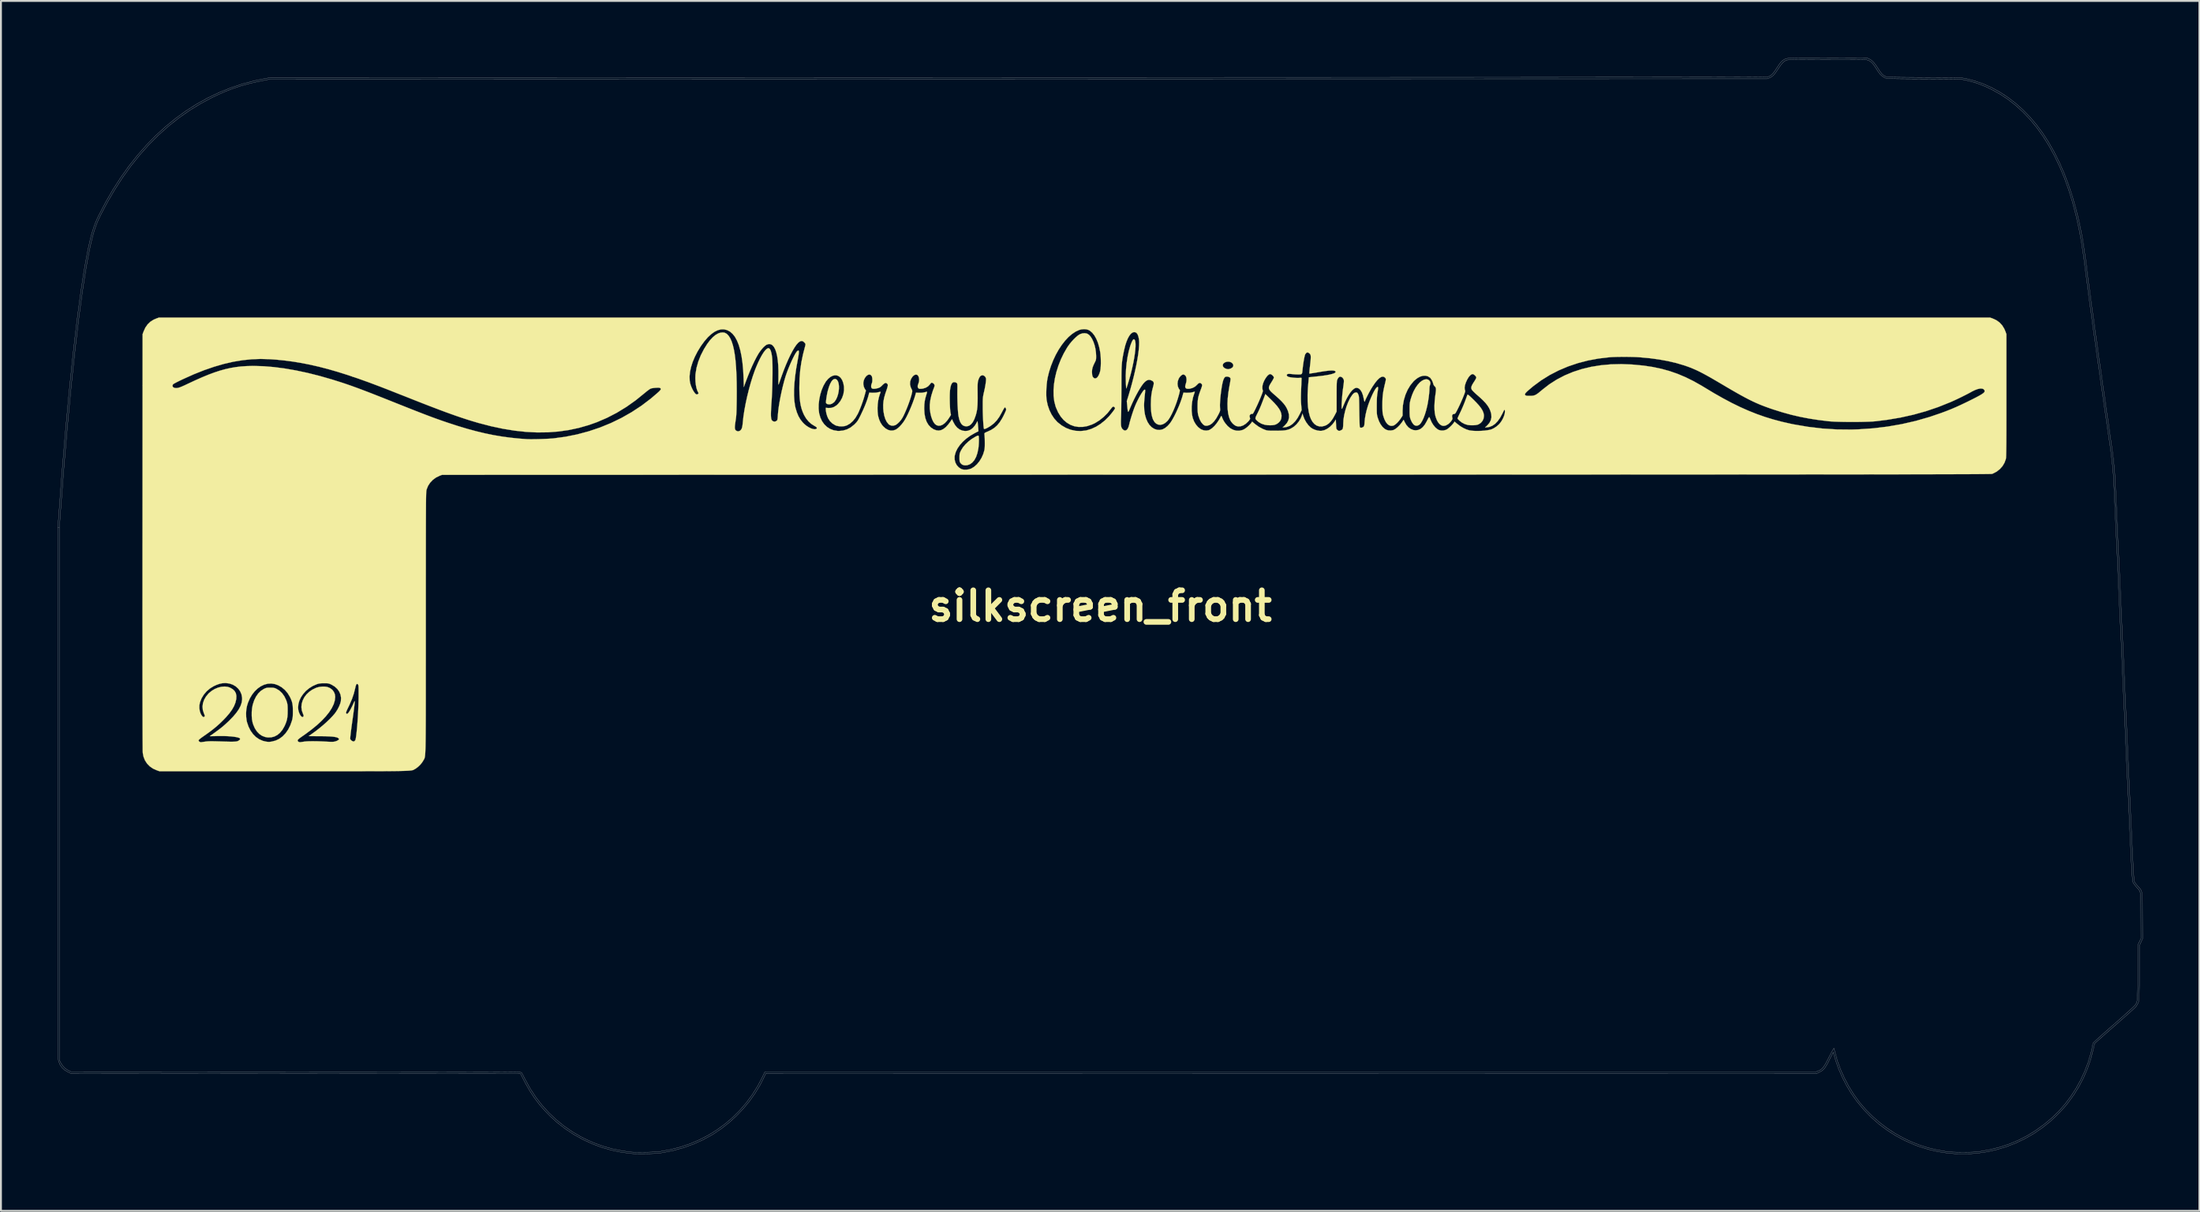
<source format=kicad_pcb>
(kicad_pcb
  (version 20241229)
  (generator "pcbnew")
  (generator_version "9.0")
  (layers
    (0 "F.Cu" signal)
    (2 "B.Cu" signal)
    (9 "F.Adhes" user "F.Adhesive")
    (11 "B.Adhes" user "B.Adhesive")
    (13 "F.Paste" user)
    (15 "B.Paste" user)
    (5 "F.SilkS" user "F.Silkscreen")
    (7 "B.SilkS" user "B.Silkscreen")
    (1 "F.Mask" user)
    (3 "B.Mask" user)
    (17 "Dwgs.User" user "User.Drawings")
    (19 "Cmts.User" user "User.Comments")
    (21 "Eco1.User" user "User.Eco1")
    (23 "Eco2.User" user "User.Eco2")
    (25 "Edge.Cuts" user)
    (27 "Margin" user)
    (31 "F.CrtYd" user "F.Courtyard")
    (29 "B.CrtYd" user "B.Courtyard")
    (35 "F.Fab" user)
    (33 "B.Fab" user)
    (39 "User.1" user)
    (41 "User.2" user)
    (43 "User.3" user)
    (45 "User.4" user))
  (footprint "silkscreen_front"
    (layer "F.Cu")
    (at 55.059 28.959)
    (property "Reference" "silkscreen_front" (at 0 0 0) (layer "F.SilkS") (effects (font (size 1.524 1.524) (thickness 0.3))))
    (attr through_hole)
    (fp_poly (pts (xy -13.961 -11.985) (xy -13.897 -11.934) (xy -13.85 -11.85) (xy -13.82 -11.742) (xy -13.806 -11.614) (xy -13.807 -11.474) (xy -13.823 -11.327) (xy -13.854 -11.181) (xy -13.898 -11.042) (xy -13.956 -10.916) (xy -14.026 -10.81) (xy -14.065 -10.767) (xy -14.168 -10.691) (xy -14.275 -10.655) (xy -14.384 -10.661) (xy -14.419 -10.671) (xy -14.465 -10.699) (xy -14.488 -10.731) (xy -14.491 -10.771) (xy -14.486 -10.844) (xy -14.474 -10.94) (xy -14.458 -11.05) (xy -14.438 -11.166) (xy -14.416 -11.277) (xy -14.393 -11.375) (xy -14.392 -11.375) (xy -14.334 -11.573) (xy -14.27 -11.735) (xy -14.204 -11.859) (xy -14.135 -11.944) (xy -14.063 -11.99) (xy -13.991 -11.995) (xy -13.961 -11.985)) (stroke (width 0.01) (type solid)) (fill yes) (layer "F.SilkS"))
    (fp_poly (pts (xy 9.022 -10.896) (xy 9.193 -10.723) (xy 9.329 -10.568) (xy 9.433 -10.428) (xy 9.506 -10.3) (xy 9.55 -10.179) (xy 9.568 -10.063) (xy 9.56 -9.947) (xy 9.544 -9.877) (xy 9.501 -9.787) (xy 9.427 -9.701) (xy 9.333 -9.628) (xy 9.232 -9.581) (xy 9.227 -9.579) (xy 9.113 -9.557) (xy 8.975 -9.549) (xy 8.831 -9.555) (xy 8.696 -9.574) (xy 8.673 -9.579) (xy 8.505 -9.635) (xy 8.362 -9.718) (xy 8.295 -9.773) (xy 8.238 -9.826) (xy 8.202 -9.87) (xy 8.189 -9.912) (xy 8.196 -9.963) (xy 8.224 -10.032) (xy 8.271 -10.129) (xy 8.273 -10.133) (xy 8.334 -10.256) (xy 8.387 -10.37) (xy 8.438 -10.485) (xy 8.49 -10.611) (xy 8.548 -10.759) (xy 8.604 -10.907) (xy 8.713 -11.198) (xy 9.022 -10.896)) (stroke (width 0.01) (type solid)) (fill yes) (layer "F.SilkS"))
    (fp_poly (pts (xy 1.793 -14.084) (xy 1.826 -14.04) (xy 1.847 -13.959) (xy 1.857 -13.844) (xy 1.856 -13.698) (xy 1.843 -13.525) (xy 1.82 -13.327) (xy 1.787 -13.108) (xy 1.744 -12.872) (xy 1.691 -12.622) (xy 1.639 -12.401) (xy 1.609 -12.281) (xy 1.574 -12.152) (xy 1.536 -12.019) (xy 1.499 -11.888) (xy 1.462 -11.767) (xy 1.429 -11.66) (xy 1.401 -11.575) (xy 1.379 -11.517) (xy 1.367 -11.494) (xy 1.366 -11.493) (xy 1.363 -11.513) (xy 1.359 -11.569) (xy 1.354 -11.652) (xy 1.348 -11.757) (xy 1.345 -11.837) (xy 1.34 -12.167) (xy 1.355 -12.503) (xy 1.388 -12.837) (xy 1.436 -13.16) (xy 1.5 -13.463) (xy 1.578 -13.738) (xy 1.608 -13.822) (xy 1.656 -13.944) (xy 1.697 -14.028) (xy 1.735 -14.077) (xy 1.769 -14.092) (xy 1.793 -14.084)) (stroke (width 0.01) (type solid)) (fill yes) (layer "F.SilkS"))
    (fp_poly (pts (xy -6.436 -8.998) (xy -6.432 -8.992) (xy -6.422 -8.954) (xy -6.416 -8.882) (xy -6.414 -8.786) (xy -6.416 -8.675) (xy -6.421 -8.557) (xy -6.43 -8.442) (xy -6.442 -8.337) (xy -6.444 -8.319) (xy -6.494 -8.079) (xy -6.564 -7.876) (xy -6.654 -7.71) (xy -6.764 -7.581) (xy -6.894 -7.489) (xy -6.905 -7.484) (xy -7.03 -7.441) (xy -7.156 -7.432) (xy -7.27 -7.459) (xy -7.273 -7.46) (xy -7.329 -7.497) (xy -7.382 -7.55) (xy -7.389 -7.559) (xy -7.413 -7.597) (xy -7.428 -7.636) (xy -7.436 -7.687) (xy -7.44 -7.762) (xy -7.44 -7.843) (xy -7.439 -7.943) (xy -7.434 -8.015) (xy -7.423 -8.073) (xy -7.401 -8.131) (xy -7.367 -8.204) (xy -7.361 -8.217) (xy -7.261 -8.38) (xy -7.127 -8.541) (xy -6.965 -8.695) (xy -6.783 -8.834) (xy -6.588 -8.951) (xy -6.564 -8.963) (xy -6.497 -8.994) (xy -6.458 -9.005) (xy -6.436 -8.998)) (stroke (width 0.01) (type solid)) (fill yes) (layer "F.SilkS"))
    (fp_poly (pts (xy 19.414 -11.164) (xy 19.448 -11.14) (xy 19.499 -11.097) (xy 19.572 -11.03) (xy 19.669 -10.937) (xy 19.71 -10.897) (xy 19.875 -10.729) (xy 20.008 -10.581) (xy 20.109 -10.448) (xy 20.182 -10.327) (xy 20.229 -10.213) (xy 20.253 -10.104) (xy 20.256 -10.037) (xy 20.236 -9.902) (xy 20.18 -9.78) (xy 20.093 -9.678) (xy 19.98 -9.604) (xy 19.916 -9.579) (xy 19.817 -9.56) (xy 19.692 -9.55) (xy 19.56 -9.551) (xy 19.435 -9.562) (xy 19.392 -9.569) (xy 19.238 -9.617) (xy 19.087 -9.697) (xy 18.966 -9.791) (xy 18.913 -9.843) (xy 18.874 -9.885) (xy 18.86 -9.908) (xy 18.86 -9.909) (xy 18.868 -9.933) (xy 18.893 -9.988) (xy 18.929 -10.068) (xy 18.975 -10.165) (xy 19.006 -10.229) (xy 19.07 -10.365) (xy 19.137 -10.519) (xy 19.202 -10.675) (xy 19.256 -10.812) (xy 19.261 -10.827) (xy 19.3 -10.934) (xy 19.335 -11.029) (xy 19.363 -11.105) (xy 19.381 -11.152) (xy 19.385 -11.161) (xy 19.394 -11.17) (xy 19.414 -11.164)) (stroke (width 0.01) (type solid)) (fill yes) (layer "F.SilkS"))
    (fp_poly (pts (xy -43.734 4.309) (xy -43.659 4.316) (xy -43.599 4.33) (xy -43.538 4.354) (xy -43.519 4.363) (xy -43.356 4.463) (xy -43.213 4.598) (xy -43.093 4.765) (xy -42.999 4.959) (xy -42.975 5.025) (xy -42.952 5.098) (xy -42.937 5.162) (xy -42.926 5.229) (xy -42.921 5.309) (xy -42.918 5.412) (xy -42.917 5.514) (xy -42.92 5.698) (xy -42.932 5.852) (xy -42.955 5.989) (xy -42.992 6.119) (xy -43.046 6.254) (xy -43.085 6.341) (xy -43.195 6.533) (xy -43.323 6.689) (xy -43.466 6.808) (xy -43.624 6.89) (xy -43.793 6.932) (xy -43.974 6.935) (xy -44.103 6.913) (xy -44.266 6.852) (xy -44.413 6.753) (xy -44.542 6.62) (xy -44.65 6.454) (xy -44.735 6.259) (xy -44.771 6.143) (xy -44.802 5.978) (xy -44.816 5.789) (xy -44.815 5.589) (xy -44.797 5.393) (xy -44.764 5.214) (xy -44.76 5.202) (xy -44.686 4.977) (xy -44.588 4.778) (xy -44.469 4.609) (xy -44.331 4.474) (xy -44.179 4.377) (xy -44.108 4.343) (xy -44.049 4.323) (xy -43.989 4.312) (xy -43.911 4.308) (xy -43.837 4.307) (xy -43.734 4.309)) (stroke (width 0.01) (type solid)) (fill yes) (layer "F.SilkS"))
    (fp_poly (pts (xy 17.301 -11.962) (xy 17.37 -11.915) (xy 17.415 -11.848) (xy 17.431 -11.769) (xy 17.412 -11.689) (xy 17.411 -11.687) (xy 17.39 -11.618) (xy 17.379 -11.521) (xy 17.378 -11.478) (xy 17.373 -11.353) (xy 17.359 -11.198) (xy 17.339 -11.026) (xy 17.312 -10.847) (xy 17.282 -10.674) (xy 17.259 -10.562) (xy 17.202 -10.33) (xy 17.138 -10.121) (xy 17.069 -9.937) (xy 16.996 -9.783) (xy 16.923 -9.663) (xy 16.856 -9.588) (xy 16.771 -9.538) (xy 16.682 -9.524) (xy 16.596 -9.549) (xy 16.566 -9.569) (xy 16.502 -9.637) (xy 16.44 -9.737) (xy 16.385 -9.856) (xy 16.367 -9.908) (xy 16.352 -9.965) (xy 16.341 -10.031) (xy 16.335 -10.116) (xy 16.331 -10.226) (xy 16.331 -10.371) (xy 16.331 -10.372) (xy 16.331 -10.508) (xy 16.334 -10.612) (xy 16.34 -10.696) (xy 16.35 -10.768) (xy 16.366 -10.841) (xy 16.387 -10.924) (xy 16.389 -10.931) (xy 16.46 -11.148) (xy 16.545 -11.348) (xy 16.643 -11.526) (xy 16.75 -11.68) (xy 16.863 -11.806) (xy 16.981 -11.9) (xy 17.099 -11.96) (xy 17.216 -11.98) (xy 17.217 -11.98) (xy 17.301 -11.962)) (stroke (width 0.01) (type solid)) (fill yes) (layer "F.SilkS"))
    (fp_poly (pts (xy 47.117 -15.19) (xy 47.315 -15.1) (xy 47.483 -14.98) (xy 47.623 -14.828) (xy 47.736 -14.645) (xy 47.798 -14.498) (xy 47.847 -14.362) (xy 47.847 -11.123) (xy 47.847 -10.678) (xy 47.847 -10.273) (xy 47.847 -9.907) (xy 47.846 -9.577) (xy 47.846 -9.282) (xy 47.845 -9.02) (xy 47.844 -8.789) (xy 47.843 -8.587) (xy 47.841 -8.413) (xy 47.839 -8.264) (xy 47.837 -8.138) (xy 47.835 -8.034) (xy 47.833 -7.95) (xy 47.83 -7.883) (xy 47.827 -7.833) (xy 47.823 -7.796) (xy 47.819 -7.772) (xy 47.818 -7.768) (xy 47.748 -7.574) (xy 47.643 -7.395) (xy 47.505 -7.239) (xy 47.341 -7.108) (xy 47.155 -7.009) (xy 47.085 -6.982) (xy 47.077 -6.981) (xy 47.058 -6.98) (xy 47.029 -6.979) (xy 46.989 -6.978) (xy 46.937 -6.977) (xy 46.872 -6.976) (xy 46.795 -6.975) (xy 46.705 -6.974) (xy 46.601 -6.973) (xy 46.482 -6.972) (xy 46.348 -6.971) (xy 46.2 -6.97) (xy 46.035 -6.969) (xy 45.854 -6.968) (xy 45.656 -6.968) (xy 45.441 -6.967) (xy 45.207 -6.966) (xy 44.955 -6.965) (xy 44.684 -6.964) (xy 44.394 -6.964) (xy 44.084 -6.963) (xy 43.753 -6.962) (xy 43.401 -6.962) (xy 43.027 -6.961) (xy 42.631 -6.96) (xy 42.213 -6.96) (xy 41.771 -6.959) (xy 41.306 -6.959) (xy 40.817 -6.958) (xy 40.303 -6.957) (xy 39.763 -6.957) (xy 39.198 -6.956) (xy 38.607 -6.956) (xy 37.989 -6.955) (xy 37.344 -6.955) (xy 36.67 -6.954) (xy 35.969 -6.954) (xy 35.238 -6.953) (xy 34.479 -6.953) (xy 33.689 -6.952) (xy 32.869 -6.952) (xy 32.018 -6.951) (xy 31.136 -6.951) (xy 30.221 -6.951) (xy 29.274 -6.95) (xy 28.294 -6.95) (xy 27.281 -6.949) (xy 26.234 -6.949) (xy 25.152 -6.948) (xy 24.034 -6.948) (xy 22.882 -6.948) (xy 21.693 -6.947) (xy 20.467 -6.947) (xy 19.205 -6.946) (xy 17.905 -6.946) (xy 16.566 -6.946) (xy 15.189 -6.945) (xy 13.772 -6.945) (xy 12.316 -6.944) (xy 10.82 -6.944) (xy 9.283 -6.944) (xy 7.704 -6.943) (xy 6.117 -6.943) (xy -34.766 -6.932) (xy -34.893 -6.884) (xy -35.085 -6.79) (xy -35.254 -6.666) (xy -35.395 -6.517) (xy -35.506 -6.346) (xy -35.58 -6.158) (xy -35.585 -6.14) (xy -35.588 -6.125) (xy -35.591 -6.107) (xy -35.594 -6.083) (xy -35.597 -6.053) (xy -35.6 -6.016) (xy -35.602 -5.969) (xy -35.604 -5.911) (xy -35.606 -5.842) (xy -35.608 -5.759) (xy -35.61 -5.661) (xy -35.611 -5.548) (xy -35.613 -5.417) (xy -35.614 -5.268) (xy -35.615 -5.098) (xy -35.616 -4.906) (xy -35.617 -4.692) (xy -35.618 -4.453) (xy -35.619 -4.189) (xy -35.619 -3.898) (xy -35.62 -3.578) (xy -35.62 -3.229) (xy -35.621 -2.848) (xy -35.621 -2.435) (xy -35.621 -1.988) (xy -35.622 -1.505) (xy -35.622 -0.986) (xy -35.622 -0.429) (xy -35.622 0.168) (xy -35.622 0.805) (xy -35.622 0.89) (xy -35.622 1.537) (xy -35.622 2.143) (xy -35.622 2.71) (xy -35.623 3.238) (xy -35.623 3.73) (xy -35.623 4.186) (xy -35.623 4.608) (xy -35.623 4.998) (xy -35.624 5.356) (xy -35.624 5.684) (xy -35.625 5.983) (xy -35.626 6.256) (xy -35.628 6.502) (xy -35.629 6.724) (xy -35.631 6.923) (xy -35.633 7.101) (xy -35.636 7.258) (xy -35.638 7.396) (xy -35.642 7.516) (xy -35.645 7.621) (xy -35.649 7.71) (xy -35.654 7.786) (xy -35.659 7.851) (xy -35.664 7.904) (xy -35.67 7.948) (xy -35.677 7.984) (xy -35.684 8.014) (xy -35.692 8.038) (xy -35.7 8.059) (xy -35.709 8.077) (xy -35.719 8.094) (xy -35.729 8.112) (xy -35.741 8.131) (xy -35.752 8.153) (xy -35.753 8.154) (xy -35.824 8.267) (xy -35.922 8.383) (xy -36.033 8.49) (xy -36.146 8.575) (xy -36.186 8.598) (xy -36.206 8.61) (xy -36.224 8.621) (xy -36.24 8.631) (xy -36.257 8.64) (xy -36.274 8.649) (xy -36.295 8.657) (xy -36.32 8.664) (xy -36.35 8.671) (xy -36.387 8.677) (xy -36.433 8.683) (xy -36.489 8.688) (xy -36.556 8.693) (xy -36.636 8.697) (xy -36.729 8.701) (xy -36.839 8.704) (xy -36.965 8.707) (xy -37.109 8.71) (xy -37.273 8.712) (xy -37.458 8.714) (xy -37.666 8.716) (xy -37.898 8.717) (xy -38.155 8.718) (xy -38.438 8.719) (xy -38.75 8.719) (xy -39.092 8.72) (xy -39.464 8.72) (xy -39.869 8.72) (xy -40.307 8.72) (xy -40.781 8.72) (xy -41.291 8.72) (xy -41.839 8.72) (xy -42.427 8.72) (xy -43.055 8.72) (xy -43.116 8.72) (xy -49.689 8.72) (xy -49.826 8.672) (xy -50.027 8.583) (xy -50.201 8.463) (xy -50.344 8.316) (xy -50.455 8.143) (xy -50.531 7.949) (xy -50.568 7.758) (xy -50.57 7.72) (xy -50.572 7.641) (xy -50.573 7.52) (xy -50.574 7.358) (xy -50.576 7.154) (xy -50.576 7.091) (xy -47.625 7.091) (xy -47.606 7.137) (xy -47.56 7.173) (xy -47.502 7.189) (xy -47.477 7.187) (xy -47.432 7.18) (xy -47.359 7.169) (xy -47.27 7.157) (xy -47.233 7.152) (xy -47.143 7.143) (xy -47.032 7.138) (xy -46.893 7.137) (xy -46.723 7.14) (xy -46.516 7.146) (xy -46.503 7.146) (xy -46.284 7.153) (xy -46.103 7.158) (xy -45.956 7.161) (xy -45.839 7.161) (xy -45.746 7.159) (xy -45.675 7.155) (xy -45.621 7.147) (xy -45.579 7.138) (xy -45.549 7.127) (xy -45.473 7.083) (xy -45.433 7.038) (xy -45.431 6.997) (xy -45.463 6.968) (xy -45.533 6.941) (xy -45.636 6.917) (xy -45.768 6.897) (xy -45.924 6.88) (xy -46.099 6.869) (xy -46.29 6.862) (xy -46.492 6.861) (xy -46.645 6.863) (xy -46.768 6.867) (xy -46.874 6.869) (xy -46.957 6.87) (xy -47.011 6.87) (xy -47.028 6.869) (xy -47.01 6.855) (xy -46.963 6.821) (xy -46.894 6.772) (xy -46.81 6.712) (xy -46.778 6.689) (xy -46.607 6.564) (xy -46.461 6.453) (xy -46.329 6.346) (xy -46.202 6.234) (xy -46.067 6.109) (xy -45.998 6.043) (xy -45.793 5.832) (xy -45.639 5.649) (xy -45.114 5.649) (xy -45.109 5.852) (xy -45.085 6.043) (xy -45.066 6.128) (xy -44.985 6.366) (xy -44.878 6.579) (xy -44.746 6.762) (xy -44.593 6.915) (xy -44.419 7.034) (xy -44.229 7.116) (xy -44.078 7.153) (xy -43.992 7.166) (xy -43.927 7.172) (xy -43.864 7.169) (xy -43.784 7.158) (xy -43.752 7.153) (xy -43.549 7.1) (xy -43.515 7.084) (xy -42.393 7.084) (xy -42.381 7.133) (xy -42.339 7.17) (xy -42.278 7.188) (xy -42.239 7.186) (xy -42.185 7.177) (xy -42.106 7.166) (xy -42.026 7.154) (xy -41.905 7.143) (xy -41.747 7.136) (xy -41.558 7.135) (xy -41.343 7.138) (xy -41.108 7.146) (xy -40.909 7.156) (xy -40.765 7.163) (xy -40.655 7.168) (xy -40.572 7.169) (xy -40.508 7.166) (xy -40.457 7.159) (xy -40.41 7.149) (xy -40.395 7.144) (xy -40.322 7.118) (xy -40.26 7.086) (xy -40.235 7.066) (xy -40.205 7.034) (xy -40.205 7.011) (xy -40.232 6.982) (xy -40.275 6.952) (xy -40.342 6.927) (xy -40.435 6.908) (xy -40.558 6.892) (xy -40.713 6.882) (xy -40.903 6.874) (xy -41.131 6.871) (xy -41.217 6.87) (xy -41.37 6.87) (xy -41.507 6.869) (xy -41.625 6.868) (xy -41.718 6.867) (xy -41.779 6.866) (xy -41.804 6.865) (xy -41.804 6.865) (xy -41.788 6.852) (xy -41.744 6.82) (xy -41.68 6.776) (xy -41.63 6.741) (xy -41.433 6.599) (xy -41.236 6.445) (xy -41.042 6.284) (xy -40.859 6.121) (xy -40.692 5.962) (xy -40.547 5.81) (xy -40.429 5.673) (xy -40.398 5.631) (xy -39.836 5.631) (xy -39.833 5.656) (xy -39.833 5.657) (xy -39.803 5.689) (xy -39.767 5.686) (xy -39.721 5.648) (xy -39.666 5.573) (xy -39.599 5.459) (xy -39.567 5.397) (xy -39.52 5.305) (xy -39.475 5.21) (xy -39.44 5.131) (xy -39.437 5.124) (xy -39.411 5.065) (xy -39.39 5.028) (xy -39.38 5.021) (xy -39.376 5.039) (xy -39.377 5.082) (xy -39.383 5.153) (xy -39.394 5.253) (xy -39.41 5.386) (xy -39.432 5.552) (xy -39.459 5.754) (xy -39.493 5.995) (xy -39.521 6.194) (xy -39.546 6.378) (xy -39.569 6.547) (xy -39.588 6.698) (xy -39.602 6.825) (xy -39.612 6.923) (xy -39.616 6.989) (xy -39.616 7.015) (xy -39.586 7.067) (xy -39.531 7.113) (xy -39.469 7.144) (xy -39.424 7.149) (xy -39.386 7.128) (xy -39.349 7.084) (xy -39.346 7.08) (xy -39.33 7.033) (xy -39.314 6.948) (xy -39.296 6.83) (xy -39.279 6.683) (xy -39.262 6.512) (xy -39.245 6.321) (xy -39.229 6.116) (xy -39.214 5.9) (xy -39.201 5.678) (xy -39.19 5.455) (xy -39.181 5.235) (xy -39.175 5.023) (xy -39.171 4.823) (xy -39.171 4.758) (xy -39.171 4.584) (xy -39.171 4.447) (xy -39.172 4.343) (xy -39.175 4.266) (xy -39.179 4.212) (xy -39.185 4.176) (xy -39.193 4.152) (xy -39.203 4.137) (xy -39.206 4.134) (xy -39.243 4.109) (xy -39.275 4.116) (xy -39.303 4.158) (xy -39.33 4.238) (xy -39.353 4.34) (xy -39.423 4.618) (xy -39.521 4.905) (xy -39.652 5.208) (xy -39.697 5.302) (xy -39.758 5.428) (xy -39.8 5.522) (xy -39.825 5.588) (xy -39.836 5.631) (xy -40.398 5.631) (xy -40.38 5.607) (xy -40.285 5.459) (xy -40.205 5.304) (xy -40.144 5.153) (xy -40.108 5.02) (xy -40.108 5.02) (xy -40.098 4.844) (xy -40.127 4.675) (xy -40.194 4.517) (xy -40.295 4.375) (xy -40.43 4.251) (xy -40.594 4.152) (xy -40.598 4.15) (xy -40.668 4.118) (xy -40.724 4.096) (xy -40.778 4.083) (xy -40.842 4.077) (xy -40.927 4.075) (xy -41 4.075) (xy -41.116 4.077) (xy -41.203 4.083) (xy -41.276 4.095) (xy -41.347 4.114) (xy -41.398 4.132) (xy -41.602 4.223) (xy -41.789 4.341) (xy -41.955 4.48) (xy -42.097 4.638) (xy -42.213 4.808) (xy -42.299 4.987) (xy -42.351 5.171) (xy -42.368 5.354) (xy -42.356 5.484) (xy -42.329 5.59) (xy -42.292 5.685) (xy -42.248 5.765) (xy -42.2 5.823) (xy -42.154 5.855) (xy -42.113 5.857) (xy -42.082 5.826) (xy -42.074 5.789) (xy -42.087 5.737) (xy -42.111 5.68) (xy -42.171 5.509) (xy -42.192 5.333) (xy -42.176 5.157) (xy -42.124 4.985) (xy -42.041 4.82) (xy -41.927 4.667) (xy -41.785 4.53) (xy -41.617 4.413) (xy -41.425 4.32) (xy -41.36 4.297) (xy -41.231 4.266) (xy -41.087 4.251) (xy -40.945 4.252) (xy -40.823 4.271) (xy -40.817 4.273) (xy -40.676 4.332) (xy -40.561 4.42) (xy -40.475 4.533) (xy -40.423 4.664) (xy -40.407 4.791) (xy -40.428 4.982) (xy -40.489 5.182) (xy -40.59 5.39) (xy -40.73 5.606) (xy -40.908 5.828) (xy -41.124 6.056) (xy -41.376 6.289) (xy -41.665 6.525) (xy -41.988 6.765) (xy -42.1 6.843) (xy -42.225 6.93) (xy -42.314 6.998) (xy -42.369 7.048) (xy -42.392 7.08) (xy -42.393 7.084) (xy -43.515 7.084) (xy -43.359 7.009) (xy -43.185 6.881) (xy -43.03 6.719) (xy -42.894 6.525) (xy -42.78 6.301) (xy -42.701 6.081) (xy -42.678 6.003) (xy -42.663 5.933) (xy -42.652 5.862) (xy -42.646 5.777) (xy -42.643 5.67) (xy -42.642 5.567) (xy -42.644 5.398) (xy -42.652 5.26) (xy -42.669 5.142) (xy -42.697 5.033) (xy -42.739 4.922) (xy -42.797 4.797) (xy -42.804 4.784) (xy -42.921 4.593) (xy -43.066 4.425) (xy -43.234 4.286) (xy -43.42 4.18) (xy -43.597 4.117) (xy -43.786 4.088) (xy -43.974 4.1) (xy -44.158 4.149) (xy -44.335 4.233) (xy -44.502 4.35) (xy -44.657 4.497) (xy -44.795 4.672) (xy -44.914 4.872) (xy -45.011 5.095) (xy -45.066 5.272) (xy -45.1 5.45) (xy -45.114 5.649) (xy -45.639 5.649) (xy -45.626 5.633) (xy -45.496 5.446) (xy -45.403 5.267) (xy -45.346 5.096) (xy -45.322 4.929) (xy -45.324 4.835) (xy -45.357 4.658) (xy -45.427 4.498) (xy -45.529 4.357) (xy -45.659 4.24) (xy -45.813 4.15) (xy -45.987 4.09) (xy -46.176 4.065) (xy -46.215 4.064) (xy -46.362 4.073) (xy -46.506 4.101) (xy -46.658 4.153) (xy -46.818 4.225) (xy -47.016 4.345) (xy -47.194 4.496) (xy -47.345 4.673) (xy -47.465 4.87) (xy -47.549 5.081) (xy -47.551 5.089) (xy -47.58 5.242) (xy -47.581 5.4) (xy -47.557 5.553) (xy -47.509 5.691) (xy -47.44 5.803) (xy -47.428 5.816) (xy -47.379 5.856) (xy -47.338 5.857) (xy -47.307 5.831) (xy -47.296 5.807) (xy -47.3 5.77) (xy -47.32 5.713) (xy -47.34 5.667) (xy -47.397 5.491) (xy -47.414 5.31) (xy -47.391 5.128) (xy -47.329 4.948) (xy -47.23 4.776) (xy -47.095 4.614) (xy -47.084 4.603) (xy -46.934 4.478) (xy -46.769 4.378) (xy -46.594 4.305) (xy -46.416 4.261) (xy -46.242 4.247) (xy -46.08 4.266) (xy -45.961 4.306) (xy -45.821 4.387) (xy -45.719 4.484) (xy -45.654 4.601) (xy -45.626 4.739) (xy -45.632 4.9) (xy -45.636 4.924) (xy -45.678 5.102) (xy -45.75 5.281) (xy -45.854 5.465) (xy -45.991 5.656) (xy -46.164 5.859) (xy -46.312 6.014) (xy -46.486 6.184) (xy -46.657 6.339) (xy -46.835 6.486) (xy -47.028 6.635) (xy -47.247 6.792) (xy -47.33 6.849) (xy -47.455 6.937) (xy -47.545 7.005) (xy -47.601 7.055) (xy -47.624 7.086) (xy -47.625 7.091) (xy -50.576 7.091) (xy -50.577 6.91) (xy -50.578 6.624) (xy -50.579 6.299) (xy -50.58 5.933) (xy -50.581 5.528) (xy -50.582 5.083) (xy -50.583 4.598) (xy -50.583 4.075) (xy -50.584 3.513) (xy -50.584 2.913) (xy -50.584 2.275) (xy -50.584 1.598) (xy -50.585 0.884) (xy -50.585 0.133) (xy -50.584 -0.655) (xy -50.584 -1.479) (xy -50.584 -2.341) (xy -50.584 -3.238) (xy -50.583 -3.397) (xy -50.579 -11.649) (xy -49.001 -11.649) (xy -48.991 -11.592) (xy -48.948 -11.547) (xy -48.877 -11.52) (xy -48.821 -11.515) (xy -48.767 -11.517) (xy -48.711 -11.525) (xy -48.648 -11.542) (xy -48.573 -11.568) (xy -48.479 -11.607) (xy -48.36 -11.66) (xy -48.212 -11.73) (xy -48.165 -11.752) (xy -47.779 -11.932) (xy -47.423 -12.089) (xy -47.093 -12.225) (xy -46.783 -12.34) (xy -46.49 -12.436) (xy -46.207 -12.514) (xy -45.931 -12.576) (xy -45.657 -12.622) (xy -45.38 -12.655) (xy -45.096 -12.674) (xy -44.799 -12.682) (xy -44.704 -12.683) (xy -44.188 -12.668) (xy -43.643 -12.623) (xy -43.073 -12.549) (xy -42.48 -12.446) (xy -41.864 -12.315) (xy -41.229 -12.155) (xy -40.577 -11.968) (xy -40.1 -11.818) (xy -39.922 -11.759) (xy -39.746 -11.699) (xy -39.567 -11.637) (xy -39.382 -11.57) (xy -39.187 -11.499) (xy -38.979 -11.421) (xy -38.753 -11.335) (xy -38.506 -11.24) (xy -38.234 -11.133) (xy -37.934 -11.015) (xy -37.6 -10.882) (xy -37.327 -10.773) (xy -36.971 -10.631) (xy -36.651 -10.504) (xy -36.362 -10.389) (xy -36.101 -10.287) (xy -35.865 -10.195) (xy -35.65 -10.112) (xy -35.452 -10.037) (xy -35.267 -9.968) (xy -35.092 -9.904) (xy -34.923 -9.844) (xy -34.756 -9.785) (xy -34.588 -9.728) (xy -34.48 -9.691) (xy -33.947 -9.517) (xy -33.442 -9.365) (xy -32.96 -9.234) (xy -32.495 -9.123) (xy -32.039 -9.029) (xy -31.586 -8.953) (xy -31.131 -8.892) (xy -30.667 -8.845) (xy -30.3 -8.818) (xy -30.198 -8.814) (xy -30.063 -8.813) (xy -29.903 -8.814) (xy -29.727 -8.817) (xy -29.543 -8.822) (xy -29.36 -8.829) (xy -29.188 -8.837) (xy -29.034 -8.846) (xy -28.908 -8.855) (xy -28.881 -8.858) (xy -28.25 -8.943) (xy -27.629 -9.068) (xy -27.02 -9.231) (xy -26.425 -9.431) (xy -25.847 -9.667) (xy -25.286 -9.939) (xy -24.747 -10.246) (xy -24.231 -10.585) (xy -23.74 -10.958) (xy -23.399 -11.249) (xy -23.311 -11.329) (xy -23.253 -11.389) (xy -23.221 -11.432) (xy -23.212 -11.464) (xy -23.222 -11.491) (xy -23.234 -11.505) (xy -23.259 -11.522) (xy -23.295 -11.532) (xy -23.353 -11.534) (xy -23.442 -11.532) (xy -23.462 -11.531) (xy -23.56 -11.523) (xy -23.652 -11.51) (xy -23.723 -11.495) (xy -23.739 -11.49) (xy -23.787 -11.465) (xy -23.857 -11.417) (xy -23.943 -11.353) (xy -24.034 -11.278) (xy -24.057 -11.259) (xy -24.536 -10.871) (xy -25.028 -10.522) (xy -25.534 -10.213) (xy -26.053 -9.944) (xy -26.585 -9.715) (xy -27.019 -9.561) (xy -27.541 -9.412) (xy -28.072 -9.299) (xy -28.615 -9.221) (xy -29.171 -9.179) (xy -29.74 -9.172) (xy -30.325 -9.201) (xy -30.927 -9.266) (xy -31.546 -9.366) (xy -32.185 -9.502) (xy -32.845 -9.674) (xy -33.168 -9.769) (xy -33.384 -9.836) (xy -33.603 -9.907) (xy -33.829 -9.982) (xy -34.065 -10.063) (xy -34.315 -10.152) (xy -34.583 -10.249) (xy -34.87 -10.356) (xy -35.181 -10.474) (xy -35.52 -10.604) (xy -35.889 -10.748) (xy -36.292 -10.906) (xy -36.502 -10.99) (xy -36.724 -11.078) (xy -36.947 -11.165) (xy -37.165 -11.251) (xy -37.372 -11.333) (xy -37.564 -11.409) (xy -37.736 -11.476) (xy -37.881 -11.532) (xy -37.994 -11.576) (xy -38.03 -11.59) (xy -38.636 -11.818) (xy -39.21 -12.023) (xy -39.53 -12.131) (xy -21.695 -12.131) (xy -21.687 -11.909) (xy -21.662 -11.77) (xy -21.627 -11.652) (xy -21.58 -11.534) (xy -21.526 -11.422) (xy -21.468 -11.324) (xy -21.41 -11.245) (xy -21.358 -11.194) (xy -21.315 -11.176) (xy -21.268 -11.19) (xy -21.243 -11.209) (xy -21.221 -11.238) (xy -21.228 -11.269) (xy -21.241 -11.289) (xy -21.29 -11.391) (xy -21.331 -11.524) (xy -21.362 -11.683) (xy -21.382 -11.856) (xy -21.389 -12.036) (xy -21.383 -12.214) (xy -21.379 -12.258) (xy -21.326 -12.583) (xy -21.233 -12.911) (xy -21.103 -13.241) (xy -20.937 -13.565) (xy -20.761 -13.847) (xy -20.614 -14.042) (xy -20.467 -14.2) (xy -20.32 -14.321) (xy -20.176 -14.403) (xy -20.065 -14.439) (xy -19.941 -14.453) (xy -19.837 -14.437) (xy -19.744 -14.387) (xy -19.711 -14.361) (xy -19.621 -14.263) (xy -19.54 -14.133) (xy -19.468 -13.969) (xy -19.405 -13.771) (xy -19.35 -13.537) (xy -19.304 -13.267) (xy -19.267 -12.96) (xy -19.239 -12.615) (xy -19.218 -12.232) (xy -19.206 -11.809) (xy -19.202 -11.346) (xy -19.204 -10.922) (xy -19.207 -10.701) (xy -19.211 -10.517) (xy -19.214 -10.363) (xy -19.219 -10.236) (xy -19.225 -10.128) (xy -19.232 -10.034) (xy -19.241 -9.949) (xy -19.252 -9.867) (xy -19.259 -9.821) (xy -19.282 -9.665) (xy -19.297 -9.544) (xy -19.303 -9.452) (xy -19.3 -9.385) (xy -19.288 -9.336) (xy -19.268 -9.299) (xy -19.252 -9.281) (xy -19.182 -9.238) (xy -19.104 -9.232) (xy -19.035 -9.26) (xy -18.988 -9.301) (xy -18.951 -9.352) (xy -18.924 -9.421) (xy -18.904 -9.514) (xy -18.888 -9.638) (xy -18.881 -9.716) (xy -18.848 -10.021) (xy -18.796 -10.356) (xy -18.73 -10.709) (xy -18.651 -11.072) (xy -18.561 -11.436) (xy -18.463 -11.791) (xy -18.359 -12.129) (xy -18.25 -12.439) (xy -18.179 -12.62) (xy -18.078 -12.854) (xy -17.979 -13.061) (xy -17.882 -13.24) (xy -17.79 -13.388) (xy -17.704 -13.502) (xy -17.626 -13.58) (xy -17.556 -13.62) (xy -17.554 -13.62) (xy -17.498 -13.616) (xy -17.449 -13.57) (xy -17.406 -13.483) (xy -17.37 -13.354) (xy -17.341 -13.185) (xy -17.336 -13.145) (xy -17.327 -13.044) (xy -17.321 -12.907) (xy -17.316 -12.739) (xy -17.314 -12.546) (xy -17.314 -12.335) (xy -17.316 -12.111) (xy -17.319 -11.88) (xy -17.325 -11.648) (xy -17.332 -11.421) (xy -17.341 -11.205) (xy -17.352 -11.005) (xy -17.356 -10.933) (xy -17.373 -10.686) (xy -17.385 -10.478) (xy -17.394 -10.304) (xy -17.398 -10.163) (xy -17.397 -10.05) (xy -17.391 -9.961) (xy -17.38 -9.893) (xy -17.364 -9.843) (xy -17.342 -9.806) (xy -17.314 -9.78) (xy -17.28 -9.761) (xy -17.271 -9.758) (xy -17.219 -9.742) (xy -17.172 -9.748) (xy -17.133 -9.765) (xy -17.099 -9.783) (xy -17.075 -9.804) (xy -17.058 -9.836) (xy -17.047 -9.887) (xy -17.039 -9.962) (xy -17.031 -10.071) (xy -17.029 -10.107) (xy -17.011 -10.308) (xy -16.981 -10.541) (xy -16.939 -10.796) (xy -16.889 -11.066) (xy -16.831 -11.341) (xy -16.767 -11.613) (xy -16.7 -11.873) (xy -16.63 -12.113) (xy -16.613 -12.166) (xy -16.56 -12.321) (xy -16.498 -12.486) (xy -16.43 -12.655) (xy -16.358 -12.823) (xy -16.286 -12.983) (xy -16.215 -13.13) (xy -16.149 -13.258) (xy -16.09 -13.36) (xy -16.041 -13.432) (xy -16.022 -13.453) (xy -15.979 -13.488) (xy -15.949 -13.5) (xy -15.929 -13.486) (xy -15.921 -13.444) (xy -15.923 -13.371) (xy -15.936 -13.265) (xy -15.96 -13.122) (xy -15.99 -12.959) (xy -16.064 -12.543) (xy -16.119 -12.148) (xy -16.157 -11.776) (xy -16.176 -11.431) (xy -16.177 -11.115) (xy -16.159 -10.83) (xy -16.123 -10.579) (xy -16.099 -10.47) (xy -16.028 -10.233) (xy -15.943 -10.03) (xy -15.84 -9.854) (xy -15.716 -9.698) (xy -15.632 -9.613) (xy -15.525 -9.525) (xy -15.411 -9.451) (xy -15.297 -9.393) (xy -15.19 -9.356) (xy -15.096 -9.34) (xy -15.022 -9.349) (xy -14.998 -9.362) (xy -14.971 -9.395) (xy -14.978 -9.431) (xy -15.022 -9.472) (xy -15.105 -9.521) (xy -15.117 -9.527) (xy -15.273 -9.627) (xy -15.418 -9.76) (xy -15.546 -9.921) (xy -15.649 -10.097) (xy -15.719 -10.255) (xy -15.774 -10.412) (xy -14.878 -10.412) (xy -14.852 -10.186) (xy -14.851 -10.181) (xy -14.789 -9.961) (xy -14.698 -9.766) (xy -14.579 -9.598) (xy -14.436 -9.461) (xy -14.27 -9.356) (xy -14.085 -9.286) (xy -13.883 -9.253) (xy -13.81 -9.25) (xy -13.592 -9.27) (xy -13.387 -9.33) (xy -13.193 -9.431) (xy -13.012 -9.573) (xy -12.973 -9.61) (xy -12.912 -9.672) (xy -12.863 -9.727) (xy -12.82 -9.785) (xy -12.778 -9.852) (xy -12.732 -9.938) (xy -12.675 -10.05) (xy -12.652 -10.097) (xy -12.53 -10.357) (xy -12.424 -10.603) (xy -12.337 -10.829) (xy -12.271 -11.03) (xy -12.253 -11.094) (xy -12.205 -11.274) (xy -12.044 -11.265) (xy -11.849 -11.271) (xy -11.749 -11.29) (xy -11.679 -11.307) (xy -11.627 -11.316) (xy -11.605 -11.316) (xy -11.607 -11.292) (xy -11.619 -11.264) (xy -11.634 -11.225) (xy -11.657 -11.157) (xy -11.683 -11.071) (xy -11.696 -11.024) (xy -11.733 -10.857) (xy -11.757 -10.67) (xy -11.768 -10.475) (xy -11.765 -10.286) (xy -11.749 -10.116) (xy -11.729 -10.011) (xy -11.677 -9.838) (xy -11.613 -9.695) (xy -11.533 -9.57) (xy -11.47 -9.494) (xy -11.344 -9.381) (xy -11.212 -9.306) (xy -11.076 -9.27) (xy -10.941 -9.274) (xy -10.808 -9.319) (xy -10.794 -9.327) (xy -10.7 -9.392) (xy -10.596 -9.487) (xy -10.49 -9.604) (xy -10.39 -9.735) (xy -10.324 -9.837) (xy -10.246 -9.976) (xy -10.161 -10.146) (xy -10.074 -10.337) (xy -9.988 -10.539) (xy -9.908 -10.742) (xy -9.838 -10.935) (xy -9.782 -11.109) (xy -9.76 -11.187) (xy -9.738 -11.272) (xy -9.57 -11.264) (xy -9.406 -11.268) (xy -9.282 -11.292) (xy -9.216 -11.309) (xy -9.168 -11.318) (xy -9.152 -11.318) (xy -9.153 -11.295) (xy -9.166 -11.242) (xy -9.188 -11.17) (xy -9.193 -11.152) (xy -9.243 -10.982) (xy -9.276 -10.822) (xy -9.295 -10.657) (xy -9.302 -10.471) (xy -9.302 -10.414) (xy -9.287 -10.159) (xy -9.245 -9.934) (xy -9.176 -9.738) (xy -9.08 -9.573) (xy -8.959 -9.441) (xy -8.811 -9.341) (xy -8.801 -9.336) (xy -8.665 -9.285) (xy -8.535 -9.27) (xy -8.407 -9.294) (xy -8.281 -9.357) (xy -8.155 -9.459) (xy -8.026 -9.602) (xy -7.938 -9.719) (xy -7.834 -9.867) (xy -7.772 -9.733) (xy -7.677 -9.562) (xy -7.563 -9.426) (xy -7.432 -9.327) (xy -7.287 -9.267) (xy -7.13 -9.246) (xy -6.985 -9.262) (xy -6.855 -9.315) (xy -6.736 -9.405) (xy -6.627 -9.534) (xy -6.558 -9.645) (xy -6.488 -9.768) (xy -6.474 -9.652) (xy -6.465 -9.567) (xy -6.456 -9.465) (xy -6.449 -9.386) (xy -6.438 -9.236) (xy -6.636 -9.134) (xy -6.868 -9) (xy -7.078 -8.848) (xy -7.263 -8.683) (xy -7.419 -8.508) (xy -7.545 -8.326) (xy -7.635 -8.142) (xy -7.688 -7.958) (xy -7.697 -7.895) (xy -7.695 -7.735) (xy -7.657 -7.583) (xy -7.587 -7.448) (xy -7.488 -7.335) (xy -7.364 -7.25) (xy -7.308 -7.226) (xy -7.203 -7.204) (xy -7.079 -7.203) (xy -6.948 -7.222) (xy -6.828 -7.261) (xy -6.81 -7.269) (xy -6.659 -7.362) (xy -6.516 -7.491) (xy -6.387 -7.649) (xy -6.276 -7.828) (xy -6.188 -8.023) (xy -6.127 -8.226) (xy -6.116 -8.287) (xy -6.108 -8.359) (xy -6.103 -8.462) (xy -6.102 -8.588) (xy -6.103 -8.724) (xy -6.106 -8.861) (xy -6.113 -8.988) (xy -6.122 -9.095) (xy -6.123 -9.108) (xy -6.116 -9.132) (xy -6.085 -9.157) (xy -6.024 -9.187) (xy -5.958 -9.215) (xy -5.766 -9.305) (xy -5.599 -9.413) (xy -5.452 -9.544) (xy -5.32 -9.703) (xy -5.197 -9.896) (xy -5.121 -10.038) (xy -5.07 -10.143) (xy -5.027 -10.236) (xy -4.995 -10.312) (xy -4.977 -10.361) (xy -4.974 -10.374) (xy -4.984 -10.43) (xy -5.01 -10.477) (xy -5.041 -10.498) (xy -5.044 -10.499) (xy -5.062 -10.481) (xy -5.094 -10.431) (xy -5.137 -10.357) (xy -5.187 -10.264) (xy -5.213 -10.215) (xy -5.337 -9.994) (xy -5.47 -9.81) (xy -5.618 -9.655) (xy -5.785 -9.524) (xy -5.797 -9.516) (xy -5.903 -9.45) (xy -5.996 -9.399) (xy -6.071 -9.366) (xy -6.124 -9.352) (xy -6.148 -9.361) (xy -6.148 -9.361) (xy -6.159 -9.413) (xy -6.169 -9.501) (xy -6.179 -9.617) (xy -6.188 -9.757) (xy -6.196 -9.912) (xy -6.203 -10.078) (xy -6.208 -10.246) (xy -6.211 -10.411) (xy -6.211 -10.499) (xy -6.211 -10.661) (xy -6.211 -10.789) (xy -6.208 -10.89) (xy -6.204 -10.973) (xy -6.197 -11.045) (xy -6.186 -11.113) (xy -6.172 -11.187) (xy -6.153 -11.273) (xy -6.143 -11.314) (xy -6.143 -11.315) (xy -2.856 -11.315) (xy -2.856 -11.127) (xy -2.847 -10.961) (xy -2.837 -10.877) (xy -2.781 -10.611) (xy -2.694 -10.357) (xy -2.579 -10.12) (xy -2.439 -9.909) (xy -2.278 -9.729) (xy -2.257 -9.709) (xy -2.041 -9.539) (xy -1.809 -9.406) (xy -1.565 -9.312) (xy -1.311 -9.258) (xy -1.051 -9.244) (xy -0.787 -9.271) (xy -0.723 -9.284) (xy -0.472 -9.36) (xy -0.224 -9.475) (xy 0.017 -9.627) (xy 0.077 -9.675) (xy 1.084 -9.675) (xy 1.089 -9.571) (xy 1.099 -9.491) (xy 1.118 -9.429) (xy 1.145 -9.379) (xy 1.181 -9.336) (xy 1.185 -9.331) (xy 1.256 -9.281) (xy 1.324 -9.272) (xy 1.388 -9.302) (xy 1.444 -9.368) (xy 1.49 -9.468) (xy 1.512 -9.547) (xy 1.55 -9.703) (xy 1.601 -9.885) (xy 1.659 -10.077) (xy 1.721 -10.267) (xy 1.782 -10.44) (xy 1.813 -10.52) (xy 1.872 -10.662) (xy 1.939 -10.806) (xy 2.009 -10.947) (xy 2.08 -11.079) (xy 2.15 -11.198) (xy 2.214 -11.297) (xy 2.269 -11.373) (xy 2.314 -11.418) (xy 2.339 -11.43) (xy 2.353 -11.43) (xy 2.362 -11.425) (xy 2.367 -11.41) (xy 2.368 -11.378) (xy 2.364 -11.324) (xy 2.356 -11.242) (xy 2.344 -11.126) (xy 2.339 -11.081) (xy 2.327 -10.953) (xy 2.317 -10.821) (xy 2.31 -10.7) (xy 2.307 -10.605) (xy 2.307 -10.601) (xy 2.319 -10.346) (xy 2.355 -10.113) (xy 2.414 -9.904) (xy 2.493 -9.721) (xy 2.592 -9.568) (xy 2.71 -9.447) (xy 2.844 -9.36) (xy 2.993 -9.311) (xy 2.996 -9.31) (xy 3.14 -9.302) (xy 3.279 -9.332) (xy 3.415 -9.402) (xy 3.549 -9.512) (xy 3.662 -9.637) (xy 3.735 -9.739) (xy 3.817 -9.874) (xy 3.905 -10.036) (xy 3.994 -10.215) (xy 4.081 -10.405) (xy 4.164 -10.599) (xy 4.237 -10.788) (xy 4.299 -10.967) (xy 4.331 -11.072) (xy 4.388 -11.274) (xy 4.549 -11.265) (xy 4.744 -11.271) (xy 4.844 -11.29) (xy 4.914 -11.307) (xy 4.965 -11.32) (xy 4.986 -11.324) (xy 4.985 -11.307) (xy 4.971 -11.263) (xy 4.964 -11.245) (xy 4.894 -11.027) (xy 4.847 -10.792) (xy 4.822 -10.55) (xy 4.821 -10.313) (xy 4.844 -10.091) (xy 4.881 -9.927) (xy 4.95 -9.749) (xy 5.045 -9.59) (xy 5.16 -9.455) (xy 5.29 -9.353) (xy 5.341 -9.325) (xy 5.461 -9.283) (xy 5.589 -9.27) (xy 5.709 -9.286) (xy 5.774 -9.311) (xy 5.894 -9.391) (xy 6.018 -9.506) (xy 6.14 -9.651) (xy 6.255 -9.819) (xy 6.321 -9.935) (xy 6.357 -10.001) (xy 6.38 -10.035) (xy 6.394 -10.041) (xy 6.405 -10.023) (xy 6.41 -10.011) (xy 6.457 -9.896) (xy 6.502 -9.803) (xy 6.557 -9.714) (xy 6.594 -9.661) (xy 6.723 -9.508) (xy 6.865 -9.39) (xy 7.017 -9.309) (xy 7.176 -9.266) (xy 7.336 -9.261) (xy 7.496 -9.297) (xy 7.572 -9.329) (xy 7.66 -9.383) (xy 7.76 -9.46) (xy 7.857 -9.549) (xy 7.94 -9.638) (xy 7.973 -9.681) (xy 8.015 -9.743) (xy 8.167 -9.615) (xy 8.362 -9.473) (xy 8.575 -9.358) (xy 8.721 -9.3) (xy 8.768 -9.286) (xy 8.819 -9.276) (xy 8.882 -9.269) (xy 8.963 -9.264) (xy 9.07 -9.262) (xy 9.21 -9.262) (xy 9.26 -9.262) (xy 9.445 -9.264) (xy 9.595 -9.269) (xy 9.717 -9.279) (xy 9.82 -9.295) (xy 9.909 -9.317) (xy 9.993 -9.347) (xy 10.072 -9.383) (xy 10.218 -9.474) (xy 10.357 -9.599) (xy 10.479 -9.747) (xy 10.578 -9.909) (xy 10.638 -10.051) (xy 10.675 -10.165) (xy 10.71 -10.051) (xy 10.781 -9.869) (xy 10.875 -9.7) (xy 10.987 -9.551) (xy 11.111 -9.431) (xy 11.198 -9.371) (xy 11.324 -9.313) (xy 11.465 -9.273) (xy 11.604 -9.255) (xy 11.682 -9.257) (xy 11.831 -9.292) (xy 11.982 -9.365) (xy 12.127 -9.47) (xy 12.261 -9.605) (xy 12.358 -9.733) (xy 12.435 -9.85) (xy 12.446 -9.601) (xy 12.451 -9.494) (xy 12.457 -9.422) (xy 12.465 -9.374) (xy 12.477 -9.342) (xy 12.497 -9.318) (xy 12.516 -9.301) (xy 12.567 -9.264) (xy 12.613 -9.253) (xy 12.669 -9.267) (xy 12.719 -9.291) (xy 12.77 -9.322) (xy 12.797 -9.358) (xy 12.811 -9.415) (xy 12.813 -9.432) (xy 12.822 -9.515) (xy 12.826 -9.609) (xy 12.827 -9.647) (xy 12.839 -9.851) (xy 12.874 -10.075) (xy 12.928 -10.308) (xy 12.997 -10.539) (xy 13.08 -10.756) (xy 13.172 -10.949) (xy 13.232 -11.05) (xy 13.304 -11.155) (xy 13.366 -11.225) (xy 13.423 -11.265) (xy 13.481 -11.281) (xy 13.498 -11.282) (xy 13.543 -11.278) (xy 13.573 -11.26) (xy 13.6 -11.217) (xy 13.617 -11.181) (xy 13.629 -11.154) (xy 13.638 -11.125) (xy 13.646 -11.091) (xy 13.653 -11.048) (xy 13.658 -10.989) (xy 13.662 -10.912) (xy 13.665 -10.811) (xy 13.668 -10.682) (xy 13.67 -10.52) (xy 13.673 -10.322) (xy 13.674 -10.276) (xy 13.676 -10.095) (xy 13.68 -9.927) (xy 13.684 -9.776) (xy 13.688 -9.648) (xy 13.692 -9.547) (xy 13.697 -9.479) (xy 13.701 -9.447) (xy 13.701 -9.446) (xy 13.739 -9.422) (xy 13.795 -9.421) (xy 13.855 -9.441) (xy 13.894 -9.468) (xy 13.917 -9.496) (xy 13.932 -9.532) (xy 13.943 -9.585) (xy 13.95 -9.665) (xy 13.954 -9.727) (xy 13.973 -9.912) (xy 14.009 -10.121) (xy 14.06 -10.339) (xy 14.122 -10.554) (xy 14.16 -10.668) (xy 14.232 -10.86) (xy 14.306 -11.038) (xy 14.378 -11.197) (xy 14.447 -11.333) (xy 14.511 -11.443) (xy 14.567 -11.522) (xy 14.614 -11.566) (xy 14.632 -11.574) (xy 14.653 -11.573) (xy 14.664 -11.554) (xy 14.667 -11.514) (xy 14.661 -11.446) (xy 14.646 -11.346) (xy 14.633 -11.266) (xy 14.618 -11.163) (xy 14.607 -11.043) (xy 14.6 -10.9) (xy 14.597 -10.725) (xy 14.596 -10.594) (xy 14.596 -10.438) (xy 14.597 -10.317) (xy 14.599 -10.223) (xy 14.604 -10.149) (xy 14.612 -10.088) (xy 14.624 -10.033) (xy 14.639 -9.975) (xy 14.643 -9.96) (xy 14.713 -9.765) (xy 14.8 -9.598) (xy 14.903 -9.461) (xy 15.017 -9.359) (xy 15.098 -9.312) (xy 15.209 -9.28) (xy 15.334 -9.274) (xy 15.454 -9.292) (xy 15.505 -9.311) (xy 15.598 -9.367) (xy 15.702 -9.453) (xy 15.806 -9.558) (xy 15.901 -9.676) (xy 15.916 -9.697) (xy 16.016 -9.839) (xy 16.072 -9.718) (xy 16.159 -9.566) (xy 16.267 -9.443) (xy 16.391 -9.353) (xy 16.526 -9.299) (xy 16.648 -9.284) (xy 16.785 -9.302) (xy 16.912 -9.358) (xy 17.028 -9.453) (xy 17.136 -9.587) (xy 17.237 -9.762) (xy 17.247 -9.783) (xy 17.289 -9.866) (xy 17.326 -9.932) (xy 17.353 -9.973) (xy 17.364 -9.983) (xy 17.381 -9.962) (xy 17.406 -9.913) (xy 17.432 -9.848) (xy 17.502 -9.695) (xy 17.59 -9.555) (xy 17.691 -9.436) (xy 17.796 -9.346) (xy 17.877 -9.301) (xy 17.995 -9.272) (xy 18.123 -9.275) (xy 18.247 -9.307) (xy 18.299 -9.332) (xy 18.371 -9.383) (xy 18.457 -9.457) (xy 18.544 -9.542) (xy 18.621 -9.626) (xy 18.671 -9.692) (xy 18.703 -9.744) (xy 18.857 -9.615) (xy 19.007 -9.502) (xy 19.169 -9.405) (xy 19.331 -9.33) (xy 19.481 -9.283) (xy 19.489 -9.281) (xy 19.612 -9.263) (xy 19.762 -9.253) (xy 19.93 -9.25) (xy 20.104 -9.255) (xy 20.275 -9.267) (xy 20.432 -9.286) (xy 20.566 -9.31) (xy 20.647 -9.332) (xy 20.783 -9.396) (xy 20.92 -9.486) (xy 21.044 -9.594) (xy 21.102 -9.658) (xy 21.189 -9.78) (xy 21.262 -9.911) (xy 21.318 -10.044) (xy 21.354 -10.17) (xy 21.366 -10.28) (xy 21.358 -10.348) (xy 21.35 -10.368) (xy 21.338 -10.369) (xy 21.32 -10.346) (xy 21.292 -10.295) (xy 21.251 -10.211) (xy 21.237 -10.181) (xy 21.115 -9.956) (xy 20.986 -9.772) (xy 20.849 -9.628) (xy 20.703 -9.526) (xy 20.549 -9.464) (xy 20.441 -9.445) (xy 20.315 -9.434) (xy 20.425 -9.537) (xy 20.542 -9.67) (xy 20.617 -9.812) (xy 20.652 -9.964) (xy 20.645 -10.126) (xy 20.63 -10.197) (xy 20.587 -10.333) (xy 20.528 -10.462) (xy 20.448 -10.59) (xy 20.346 -10.72) (xy 20.215 -10.859) (xy 20.054 -11.011) (xy 19.946 -11.106) (xy 19.854 -11.187) (xy 22.418 -11.187) (xy 22.426 -11.159) (xy 22.443 -11.139) (xy 22.472 -11.12) (xy 22.516 -11.108) (xy 22.586 -11.103) (xy 22.654 -11.103) (xy 22.754 -11.105) (xy 22.836 -11.111) (xy 22.907 -11.126) (xy 22.976 -11.153) (xy 23.048 -11.194) (xy 23.131 -11.254) (xy 23.232 -11.336) (xy 23.34 -11.427) (xy 23.709 -11.713) (xy 24.103 -11.965) (xy 24.523 -12.184) (xy 24.966 -12.369) (xy 25.432 -12.52) (xy 25.921 -12.637) (xy 26.431 -12.719) (xy 26.963 -12.767) (xy 27.515 -12.78) (xy 28.087 -12.758) (xy 28.678 -12.702) (xy 28.702 -12.699) (xy 29.176 -12.627) (xy 29.627 -12.532) (xy 30.06 -12.412) (xy 30.484 -12.265) (xy 30.903 -12.088) (xy 31.326 -11.879) (xy 31.759 -11.635) (xy 31.909 -11.544) (xy 32.409 -11.243) (xy 32.887 -10.972) (xy 33.346 -10.728) (xy 33.792 -10.51) (xy 34.23 -10.316) (xy 34.664 -10.143) (xy 35.099 -9.99) (xy 35.54 -9.855) (xy 35.992 -9.735) (xy 36.46 -9.629) (xy 36.6 -9.6) (xy 37.365 -9.469) (xy 38.131 -9.378) (xy 38.899 -9.33) (xy 39.664 -9.323) (xy 40.037 -9.335) (xy 40.816 -9.389) (xy 41.577 -9.481) (xy 42.323 -9.611) (xy 43.058 -9.779) (xy 43.783 -9.987) (xy 44.383 -10.191) (xy 44.661 -10.294) (xy 44.923 -10.398) (xy 45.179 -10.507) (xy 45.443 -10.627) (xy 45.726 -10.762) (xy 45.858 -10.827) (xy 46.067 -10.931) (xy 46.24 -11.019) (xy 46.381 -11.094) (xy 46.492 -11.157) (xy 46.576 -11.21) (xy 46.636 -11.255) (xy 46.675 -11.294) (xy 46.695 -11.329) (xy 46.699 -11.362) (xy 46.691 -11.395) (xy 46.688 -11.401) (xy 46.641 -11.458) (xy 46.565 -11.487) (xy 46.464 -11.489) (xy 46.34 -11.465) (xy 46.197 -11.414) (xy 46.039 -11.338) (xy 45.998 -11.315) (xy 45.854 -11.236) (xy 45.681 -11.147) (xy 45.49 -11.051) (xy 45.292 -10.955) (xy 45.098 -10.864) (xy 44.917 -10.783) (xy 44.884 -10.769) (xy 44.248 -10.514) (xy 43.6 -10.294) (xy 42.936 -10.109) (xy 42.254 -9.957) (xy 41.549 -9.838) (xy 40.958 -9.764) (xy 40.814 -9.752) (xy 40.636 -9.742) (xy 40.43 -9.735) (xy 40.203 -9.729) (xy 39.962 -9.726) (xy 39.714 -9.725) (xy 39.466 -9.726) (xy 39.225 -9.729) (xy 38.997 -9.734) (xy 38.79 -9.741) (xy 38.61 -9.751) (xy 38.465 -9.762) (xy 38.449 -9.764) (xy 37.92 -9.829) (xy 37.422 -9.906) (xy 36.945 -9.998) (xy 36.481 -10.106) (xy 36.019 -10.234) (xy 35.549 -10.381) (xy 35.343 -10.451) (xy 35.151 -10.52) (xy 34.968 -10.589) (xy 34.791 -10.66) (xy 34.615 -10.737) (xy 34.436 -10.82) (xy 34.25 -10.911) (xy 34.053 -11.014) (xy 33.84 -11.129) (xy 33.608 -11.259) (xy 33.352 -11.406) (xy 33.068 -11.572) (xy 32.798 -11.732) (xy 32.519 -11.896) (xy 32.272 -12.04) (xy 32.052 -12.164) (xy 31.853 -12.272) (xy 31.672 -12.366) (xy 31.504 -12.448) (xy 31.345 -12.519) (xy 31.191 -12.584) (xy 31.036 -12.642) (xy 30.877 -12.698) (xy 30.811 -12.719) (xy 30.402 -12.84) (xy 29.969 -12.941) (xy 29.51 -13.024) (xy 29.019 -13.091) (xy 28.494 -13.14) (xy 28.437 -13.144) (xy 28.286 -13.153) (xy 28.106 -13.159) (xy 27.907 -13.163) (xy 27.698 -13.165) (xy 27.49 -13.164) (xy 27.291 -13.161) (xy 27.11 -13.156) (xy 26.958 -13.148) (xy 26.892 -13.143) (xy 26.312 -13.075) (xy 25.752 -12.971) (xy 25.213 -12.831) (xy 24.695 -12.656) (xy 24.2 -12.446) (xy 23.727 -12.202) (xy 23.279 -11.923) (xy 22.856 -11.611) (xy 22.617 -11.409) (xy 22.547 -11.346) (xy 22.487 -11.286) (xy 22.447 -11.241) (xy 22.437 -11.227) (xy 22.418 -11.187) (xy 19.854 -11.187) (xy 19.848 -11.192) (xy 19.76 -11.274) (xy 19.687 -11.346) (xy 19.635 -11.403) (xy 19.612 -11.434) (xy 19.59 -11.491) (xy 19.587 -11.551) (xy 19.606 -11.622) (xy 19.648 -11.709) (xy 19.716 -11.82) (xy 19.738 -11.853) (xy 19.788 -11.932) (xy 19.827 -12.002) (xy 19.85 -12.053) (xy 19.854 -12.07) (xy 19.838 -12.116) (xy 19.796 -12.169) (xy 19.742 -12.217) (xy 19.688 -12.249) (xy 19.66 -12.255) (xy 19.595 -12.236) (xy 19.523 -12.18) (xy 19.449 -12.092) (xy 19.379 -11.977) (xy 19.372 -11.965) (xy 19.301 -11.808) (xy 19.255 -11.665) (xy 19.235 -11.54) (xy 19.242 -11.438) (xy 19.26 -11.391) (xy 19.266 -11.367) (xy 19.263 -11.331) (xy 19.248 -11.276) (xy 19.22 -11.196) (xy 19.177 -11.085) (xy 19.164 -11.053) (xy 19.108 -10.919) (xy 19.041 -10.765) (xy 18.97 -10.61) (xy 18.903 -10.47) (xy 18.894 -10.453) (xy 18.837 -10.34) (xy 18.794 -10.258) (xy 18.762 -10.204) (xy 18.737 -10.172) (xy 18.716 -10.155) (xy 18.693 -10.15) (xy 18.683 -10.149) (xy 18.617 -10.132) (xy 18.58 -10.086) (xy 18.573 -10.01) (xy 18.594 -9.916) (xy 18.589 -9.873) (xy 18.557 -9.813) (xy 18.506 -9.744) (xy 18.442 -9.675) (xy 18.373 -9.614) (xy 18.356 -9.602) (xy 18.239 -9.538) (xy 18.131 -9.516) (xy 18.031 -9.534) (xy 17.936 -9.594) (xy 17.903 -9.625) (xy 17.834 -9.709) (xy 17.777 -9.808) (xy 17.727 -9.932) (xy 17.691 -10.047) (xy 17.662 -10.192) (xy 17.646 -10.371) (xy 17.643 -10.577) (xy 17.654 -10.803) (xy 17.677 -11.043) (xy 17.692 -11.149) (xy 17.711 -11.286) (xy 17.722 -11.388) (xy 17.723 -11.463) (xy 17.715 -11.518) (xy 17.696 -11.561) (xy 17.665 -11.6) (xy 17.636 -11.627) (xy 17.603 -11.674) (xy 17.58 -11.737) (xy 17.579 -11.742) (xy 17.549 -11.842) (xy 17.5 -11.943) (xy 17.44 -12.031) (xy 17.401 -12.071) (xy 17.289 -12.139) (xy 17.164 -12.169) (xy 17.029 -12.162) (xy 16.888 -12.12) (xy 16.745 -12.043) (xy 16.604 -11.932) (xy 16.536 -11.866) (xy 16.368 -11.66) (xy 16.226 -11.424) (xy 16.112 -11.164) (xy 16.028 -10.887) (xy 15.976 -10.598) (xy 15.96 -10.313) (xy 15.96 -10.06) (xy 15.858 -9.903) (xy 15.772 -9.786) (xy 15.678 -9.682) (xy 15.585 -9.599) (xy 15.498 -9.543) (xy 15.454 -9.526) (xy 15.347 -9.517) (xy 15.247 -9.549) (xy 15.154 -9.62) (xy 15.071 -9.728) (xy 14.998 -9.873) (xy 14.939 -10.051) (xy 14.922 -10.115) (xy 14.911 -10.179) (xy 14.902 -10.251) (xy 14.897 -10.34) (xy 14.894 -10.452) (xy 14.893 -10.598) (xy 14.893 -10.626) (xy 14.895 -10.827) (xy 14.902 -11.002) (xy 14.917 -11.165) (xy 14.94 -11.327) (xy 14.974 -11.501) (xy 15.019 -11.7) (xy 15.028 -11.737) (xy 15.054 -11.843) (xy 15.069 -11.917) (xy 15.076 -11.966) (xy 15.075 -11.998) (xy 15.066 -12.022) (xy 15.052 -12.044) (xy 14.989 -12.102) (xy 14.914 -12.121) (xy 14.829 -12.1) (xy 14.734 -12.039) (xy 14.629 -11.938) (xy 14.515 -11.799) (xy 14.392 -11.622) (xy 14.315 -11.499) (xy 14.26 -11.405) (xy 14.201 -11.298) (xy 14.142 -11.187) (xy 14.087 -11.079) (xy 14.038 -10.98) (xy 14 -10.898) (xy 13.976 -10.841) (xy 13.97 -10.817) (xy 13.957 -10.796) (xy 13.953 -10.795) (xy 13.942 -10.814) (xy 13.927 -10.865) (xy 13.912 -10.936) (xy 13.911 -10.944) (xy 13.868 -11.133) (xy 13.812 -11.287) (xy 13.742 -11.404) (xy 13.661 -11.483) (xy 13.616 -11.508) (xy 13.543 -11.528) (xy 13.474 -11.521) (xy 13.402 -11.485) (xy 13.32 -11.417) (xy 13.282 -11.379) (xy 13.199 -11.279) (xy 13.11 -11.145) (xy 13.018 -10.984) (xy 12.927 -10.801) (xy 12.842 -10.604) (xy 12.825 -10.562) (xy 12.788 -10.475) (xy 12.762 -10.427) (xy 12.748 -10.419) (xy 12.745 -10.425) (xy 12.74 -10.483) (xy 12.74 -10.576) (xy 12.744 -10.696) (xy 12.752 -10.836) (xy 12.763 -10.989) (xy 12.776 -11.148) (xy 12.793 -11.305) (xy 12.81 -11.452) (xy 12.816 -11.494) (xy 12.836 -11.637) (xy 12.85 -11.744) (xy 12.858 -11.823) (xy 12.861 -11.88) (xy 12.859 -11.921) (xy 12.853 -11.953) (xy 12.842 -11.983) (xy 12.842 -11.984) (xy 12.794 -12.057) (xy 12.741 -12.097) (xy 12.67 -12.119) (xy 12.61 -12.102) (xy 12.557 -12.046) (xy 12.524 -11.986) (xy 12.512 -11.959) (xy 12.503 -11.931) (xy 12.495 -11.899) (xy 12.489 -11.857) (xy 12.485 -11.802) (xy 12.481 -11.728) (xy 12.479 -11.631) (xy 12.478 -11.507) (xy 12.477 -11.351) (xy 12.477 -11.159) (xy 12.477 -11.081) (xy 12.476 -10.276) (xy 12.385 -10.097) (xy 12.282 -9.912) (xy 12.178 -9.765) (xy 12.071 -9.653) (xy 11.957 -9.571) (xy 11.86 -9.525) (xy 11.707 -9.487) (xy 11.563 -9.49) (xy 11.431 -9.531) (xy 11.312 -9.611) (xy 11.207 -9.728) (xy 11.119 -9.881) (xy 11.06 -10.035) (xy 11.004 -10.261) (xy 10.965 -10.524) (xy 10.946 -10.823) (xy 10.944 -11.158) (xy 10.961 -11.531) (xy 10.997 -11.942) (xy 10.998 -11.953) (xy 11.011 -12.084) (xy 11.12 -12.096) (xy 11.181 -12.102) (xy 11.274 -12.112) (xy 11.385 -12.124) (xy 11.505 -12.137) (xy 11.536 -12.14) (xy 11.758 -12.167) (xy 11.953 -12.197) (xy 12.117 -12.228) (xy 12.249 -12.262) (xy 12.346 -12.296) (xy 12.405 -12.33) (xy 12.425 -12.363) (xy 12.412 -12.4) (xy 12.371 -12.426) (xy 12.3 -12.44) (xy 12.198 -12.443) (xy 12.062 -12.435) (xy 11.891 -12.414) (xy 11.683 -12.383) (xy 11.498 -12.351) (xy 11.366 -12.328) (xy 11.247 -12.309) (xy 11.15 -12.294) (xy 11.079 -12.284) (xy 11.041 -12.281) (xy 11.037 -12.282) (xy 11.036 -12.305) (xy 11.039 -12.364) (xy 11.047 -12.45) (xy 11.057 -12.558) (xy 11.069 -12.666) (xy 11.089 -12.841) (xy 11.103 -12.979) (xy 11.11 -13.086) (xy 11.112 -13.166) (xy 11.107 -13.226) (xy 11.096 -13.271) (xy 11.078 -13.305) (xy 11.053 -13.334) (xy 11.051 -13.337) (xy 10.982 -13.388) (xy 10.92 -13.397) (xy 10.865 -13.364) (xy 10.817 -13.294) (xy 10.798 -13.241) (xy 10.777 -13.154) (xy 10.754 -13.041) (xy 10.731 -12.908) (xy 10.71 -12.766) (xy 10.691 -12.62) (xy 10.677 -12.488) (xy 10.666 -12.382) (xy 10.654 -12.31) (xy 10.633 -12.266) (xy 10.599 -12.244) (xy 10.544 -12.236) (xy 10.462 -12.234) (xy 10.451 -12.234) (xy 10.337 -12.237) (xy 10.209 -12.245) (xy 10.101 -12.256) (xy 9.987 -12.266) (xy 9.909 -12.262) (xy 9.862 -12.242) (xy 9.843 -12.206) (xy 9.842 -12.192) (xy 9.861 -12.152) (xy 9.909 -12.116) (xy 9.964 -12.098) (xy 10.05 -12.081) (xy 10.155 -12.067) (xy 10.269 -12.056) (xy 10.379 -12.05) (xy 10.475 -12.05) (xy 10.525 -12.054) (xy 10.587 -12.059) (xy 10.618 -12.053) (xy 10.626 -12.035) (xy 10.625 -12.005) (xy 10.622 -11.94) (xy 10.618 -11.845) (xy 10.614 -11.725) (xy 10.608 -11.588) (xy 10.603 -11.47) (xy 10.595 -11.255) (xy 10.591 -11.073) (xy 10.591 -10.917) (xy 10.595 -10.777) (xy 10.604 -10.646) (xy 10.604 -10.644) (xy 10.628 -10.35) (xy 10.535 -10.155) (xy 10.417 -9.938) (xy 10.288 -9.759) (xy 10.149 -9.62) (xy 10.001 -9.52) (xy 9.844 -9.461) (xy 9.752 -9.445) (xy 9.626 -9.434) (xy 9.736 -9.537) (xy 9.852 -9.668) (xy 9.927 -9.809) (xy 9.962 -9.959) (xy 9.957 -10.121) (xy 9.911 -10.296) (xy 9.839 -10.459) (xy 9.773 -10.571) (xy 9.686 -10.687) (xy 9.575 -10.811) (xy 9.436 -10.947) (xy 9.266 -11.1) (xy 9.219 -11.14) (xy 9.095 -11.248) (xy 9.003 -11.335) (xy 8.941 -11.41) (xy 8.907 -11.477) (xy 8.899 -11.543) (xy 8.917 -11.616) (xy 8.957 -11.7) (xy 9.02 -11.803) (xy 9.039 -11.833) (xy 9.09 -11.917) (xy 9.131 -11.991) (xy 9.158 -12.046) (xy 9.165 -12.071) (xy 9.148 -12.118) (xy 9.105 -12.171) (xy 9.05 -12.219) (xy 8.994 -12.25) (xy 8.966 -12.255) (xy 8.907 -12.236) (xy 8.841 -12.183) (xy 8.773 -12.104) (xy 8.707 -12.006) (xy 8.647 -11.896) (xy 8.599 -11.78) (xy 8.567 -11.668) (xy 8.557 -11.602) (xy 8.555 -11.508) (xy 8.564 -11.433) (xy 8.571 -11.414) (xy 8.579 -11.386) (xy 8.58 -11.355) (xy 8.572 -11.313) (xy 8.552 -11.252) (xy 8.52 -11.166) (xy 8.477 -11.058) (xy 8.423 -10.926) (xy 8.357 -10.774) (xy 8.287 -10.618) (xy 8.22 -10.476) (xy 8.209 -10.452) (xy 8.152 -10.336) (xy 8.11 -10.253) (xy 8.078 -10.198) (xy 8.055 -10.166) (xy 8.035 -10.152) (xy 8.017 -10.15) (xy 8.01 -10.152) (xy 7.954 -10.146) (xy 7.916 -10.117) (xy 7.887 -10.077) (xy 7.88 -10.027) (xy 7.893 -9.956) (xy 7.905 -9.916) (xy 7.905 -9.885) (xy 7.882 -9.842) (xy 7.835 -9.781) (xy 7.804 -9.746) (xy 7.676 -9.627) (xy 7.543 -9.543) (xy 7.408 -9.496) (xy 7.277 -9.487) (xy 7.167 -9.513) (xy 7.079 -9.563) (xy 6.989 -9.641) (xy 6.908 -9.738) (xy 6.86 -9.817) (xy 6.794 -9.985) (xy 6.747 -10.188) (xy 6.72 -10.421) (xy 6.713 -10.682) (xy 6.726 -10.968) (xy 6.76 -11.276) (xy 6.809 -11.578) (xy 6.836 -11.726) (xy 6.856 -11.837) (xy 6.868 -11.919) (xy 6.874 -11.976) (xy 6.873 -12.015) (xy 6.866 -12.041) (xy 6.853 -12.06) (xy 6.84 -12.073) (xy 6.791 -12.1) (xy 6.724 -12.12) (xy 6.705 -12.122) (xy 6.632 -12.12) (xy 6.575 -12.09) (xy 6.529 -12.027) (xy 6.488 -11.927) (xy 6.458 -11.817) (xy 6.427 -11.673) (xy 6.399 -11.505) (xy 6.373 -11.322) (xy 6.35 -11.133) (xy 6.332 -10.947) (xy 6.32 -10.773) (xy 6.314 -10.62) (xy 6.317 -10.497) (xy 6.318 -10.476) (xy 6.324 -10.402) (xy 6.324 -10.346) (xy 6.315 -10.298) (xy 6.294 -10.242) (xy 6.259 -10.168) (xy 6.238 -10.126) (xy 6.125 -9.923) (xy 6.01 -9.763) (xy 5.892 -9.643) (xy 5.773 -9.565) (xy 5.65 -9.528) (xy 5.599 -9.525) (xy 5.538 -9.529) (xy 5.489 -9.547) (xy 5.436 -9.587) (xy 5.41 -9.61) (xy 5.32 -9.719) (xy 5.242 -9.868) (xy 5.176 -10.057) (xy 5.171 -10.077) (xy 5.155 -10.147) (xy 5.144 -10.228) (xy 5.137 -10.329) (xy 5.134 -10.457) (xy 5.133 -10.552) (xy 5.136 -10.714) (xy 5.144 -10.85) (xy 5.161 -10.973) (xy 5.188 -11.094) (xy 5.228 -11.226) (xy 5.283 -11.38) (xy 5.302 -11.43) (xy 5.341 -11.536) (xy 5.365 -11.612) (xy 5.373 -11.665) (xy 5.366 -11.703) (xy 5.346 -11.735) (xy 5.334 -11.748) (xy 5.278 -11.785) (xy 5.221 -11.784) (xy 5.159 -11.744) (xy 5.11 -11.692) (xy 5.006 -11.596) (xy 4.876 -11.524) (xy 4.73 -11.483) (xy 4.715 -11.48) (xy 4.605 -11.475) (xy 4.53 -11.494) (xy 4.489 -11.539) (xy 4.48 -11.611) (xy 4.503 -11.71) (xy 4.51 -11.73) (xy 4.542 -11.847) (xy 4.552 -11.962) (xy 4.541 -12.066) (xy 4.51 -12.148) (xy 4.48 -12.184) (xy 4.43 -12.218) (xy 4.387 -12.234) (xy 4.383 -12.234) (xy 4.319 -12.215) (xy 4.25 -12.164) (xy 4.183 -12.087) (xy 4.138 -12.013) (xy 4.089 -11.878) (xy 4.074 -11.739) (xy 4.091 -11.605) (xy 4.141 -11.485) (xy 4.182 -11.429) (xy 4.194 -11.409) (xy 4.196 -11.378) (xy 4.189 -11.328) (xy 4.172 -11.251) (xy 4.15 -11.164) (xy 4.089 -10.953) (xy 4.018 -10.739) (xy 3.94 -10.531) (xy 3.858 -10.333) (xy 3.774 -10.153) (xy 3.691 -9.995) (xy 3.612 -9.867) (xy 3.539 -9.775) (xy 3.418 -9.668) (xy 3.295 -9.6) (xy 3.175 -9.573) (xy 3.06 -9.584) (xy 2.954 -9.633) (xy 2.862 -9.719) (xy 2.787 -9.843) (xy 2.762 -9.906) (xy 2.722 -10.04) (xy 2.693 -10.189) (xy 2.676 -10.361) (xy 2.668 -10.564) (xy 2.667 -10.654) (xy 2.674 -10.92) (xy 2.694 -11.155) (xy 2.73 -11.37) (xy 2.782 -11.573) (xy 2.783 -11.578) (xy 2.812 -11.689) (xy 2.821 -11.769) (xy 2.809 -11.828) (xy 2.775 -11.872) (xy 2.735 -11.9) (xy 2.636 -11.943) (xy 2.546 -11.95) (xy 2.457 -11.92) (xy 2.361 -11.851) (xy 2.35 -11.841) (xy 2.274 -11.759) (xy 2.187 -11.643) (xy 2.092 -11.496) (xy 1.99 -11.324) (xy 1.886 -11.132) (xy 1.781 -10.925) (xy 1.679 -10.708) (xy 1.581 -10.484) (xy 1.576 -10.471) (xy 1.534 -10.37) (xy 1.502 -10.302) (xy 1.479 -10.269) (xy 1.462 -10.27) (xy 1.449 -10.309) (xy 1.438 -10.387) (xy 1.426 -10.504) (xy 1.42 -10.573) (xy 1.396 -10.827) (xy 1.472 -11.07) (xy 1.577 -11.422) (xy 1.673 -11.769) (xy 1.76 -12.108) (xy 1.836 -12.434) (xy 1.895 -12.712) (xy 6.461 -12.712) (xy 6.483 -12.644) (xy 6.541 -12.583) (xy 6.59 -12.553) (xy 6.691 -12.517) (xy 6.788 -12.516) (xy 6.893 -12.55) (xy 6.895 -12.551) (xy 6.976 -12.604) (xy 7.018 -12.669) (xy 7.02 -12.74) (xy 6.983 -12.811) (xy 6.923 -12.863) (xy 6.836 -12.901) (xy 6.737 -12.911) (xy 6.637 -12.895) (xy 6.55 -12.856) (xy 6.487 -12.795) (xy 6.479 -12.782) (xy 6.461 -12.712) (xy 1.895 -12.712) (xy 1.902 -12.746) (xy 1.957 -13.039) (xy 2 -13.31) (xy 2.03 -13.555) (xy 2.046 -13.771) (xy 2.049 -13.955) (xy 2.037 -14.103) (xy 2.036 -14.106) (xy 2.004 -14.254) (xy 1.96 -14.363) (xy 1.903 -14.433) (xy 1.864 -14.456) (xy 1.778 -14.471) (xy 1.693 -14.445) (xy 1.609 -14.38) (xy 1.529 -14.278) (xy 1.452 -14.141) (xy 1.38 -13.969) (xy 1.314 -13.766) (xy 1.256 -13.532) (xy 1.239 -13.451) (xy 1.212 -13.319) (xy 1.19 -13.2) (xy 1.171 -13.09) (xy 1.155 -12.984) (xy 1.142 -12.878) (xy 1.132 -12.767) (xy 1.125 -12.645) (xy 1.119 -12.509) (xy 1.115 -12.353) (xy 1.113 -12.172) (xy 1.112 -11.962) (xy 1.111 -11.718) (xy 1.111 -11.525) (xy 1.11 -11.293) (xy 1.109 -11.061) (xy 1.108 -10.835) (xy 1.105 -10.62) (xy 1.103 -10.423) (xy 1.1 -10.25) (xy 1.096 -10.106) (xy 1.093 -9.997) (xy 1.092 -9.98) (xy 1.086 -9.809) (xy 1.084 -9.675) (xy 0.077 -9.675) (xy 0.248 -9.812) (xy 0.463 -10.027) (xy 0.616 -10.213) (xy 0.687 -10.307) (xy 0.735 -10.373) (xy 0.763 -10.419) (xy 0.774 -10.45) (xy 0.771 -10.472) (xy 0.757 -10.492) (xy 0.751 -10.499) (xy 0.711 -10.532) (xy 0.671 -10.535) (xy 0.627 -10.505) (xy 0.572 -10.439) (xy 0.553 -10.413) (xy 0.375 -10.189) (xy 0.171 -9.987) (xy -0.05 -9.81) (xy -0.282 -9.666) (xy -0.447 -9.588) (xy -0.693 -9.505) (xy -0.931 -9.464) (xy -1.161 -9.463) (xy -1.379 -9.5) (xy -1.584 -9.576) (xy -1.774 -9.689) (xy -1.947 -9.837) (xy -2.101 -10.021) (xy -2.234 -10.239) (xy -2.344 -10.489) (xy -2.37 -10.565) (xy -2.435 -10.822) (xy -2.469 -11.102) (xy -2.473 -11.401) (xy -2.449 -11.715) (xy -2.398 -12.039) (xy -2.32 -12.368) (xy -2.216 -12.697) (xy -2.088 -13.022) (xy -1.936 -13.339) (xy -1.762 -13.642) (xy -1.722 -13.703) (xy -1.629 -13.834) (xy -1.522 -13.965) (xy -1.408 -14.09) (xy -1.294 -14.2) (xy -1.187 -14.29) (xy -1.094 -14.351) (xy -1.081 -14.358) (xy -0.951 -14.403) (xy -0.821 -14.414) (xy -0.702 -14.39) (xy -0.692 -14.386) (xy -0.6 -14.326) (xy -0.513 -14.231) (xy -0.434 -14.104) (xy -0.364 -13.952) (xy -0.305 -13.78) (xy -0.261 -13.594) (xy -0.234 -13.4) (xy -0.224 -13.229) (xy -0.224 -13.128) (xy -0.227 -13.056) (xy -0.237 -13.001) (xy -0.255 -12.949) (xy -0.284 -12.888) (xy -0.299 -12.859) (xy -0.365 -12.721) (xy -0.409 -12.605) (xy -0.434 -12.499) (xy -0.443 -12.39) (xy -0.441 -12.319) (xy -0.434 -12.221) (xy -0.42 -12.153) (xy -0.397 -12.104) (xy -0.389 -12.093) (xy -0.331 -12.038) (xy -0.268 -12.023) (xy -0.205 -12.045) (xy -0.144 -12.102) (xy -0.087 -12.192) (xy -0.038 -12.312) (xy -0.008 -12.416) (xy 0.009 -12.52) (xy 0.02 -12.654) (xy 0.026 -12.81) (xy 0.025 -12.977) (xy 0.019 -13.143) (xy 0.007 -13.3) (xy -0.007 -13.409) (xy -0.059 -13.669) (xy -0.127 -13.904) (xy -0.212 -14.112) (xy -0.311 -14.289) (xy -0.423 -14.432) (xy -0.546 -14.539) (xy -0.619 -14.581) (xy -0.73 -14.616) (xy -0.861 -14.627) (xy -1 -14.614) (xy -1.116 -14.584) (xy -1.308 -14.496) (xy -1.499 -14.369) (xy -1.686 -14.207) (xy -1.868 -14.012) (xy -2.041 -13.789) (xy -2.205 -13.541) (xy -2.356 -13.271) (xy -2.492 -12.982) (xy -2.611 -12.679) (xy -2.711 -12.364) (xy -2.784 -12.065) (xy -2.812 -11.901) (xy -2.834 -11.714) (xy -2.849 -11.515) (xy -2.856 -11.315) (xy -6.143 -11.315) (xy -6.104 -11.492) (xy -6.074 -11.655) (xy -6.052 -11.797) (xy -6.039 -11.914) (xy -6.037 -11.999) (xy -6.041 -12.034) (xy -6.076 -12.105) (xy -6.133 -12.161) (xy -6.199 -12.19) (xy -6.219 -12.192) (xy -6.294 -12.176) (xy -6.355 -12.127) (xy -6.407 -12.041) (xy -6.44 -11.952) (xy -6.454 -11.906) (xy -6.465 -11.862) (xy -6.473 -11.816) (xy -6.478 -11.76) (xy -6.482 -11.69) (xy -6.484 -11.599) (xy -6.484 -11.482) (xy -6.483 -11.333) (xy -6.482 -11.2) (xy -6.481 -10.977) (xy -6.483 -10.789) (xy -6.488 -10.63) (xy -6.498 -10.494) (xy -6.512 -10.375) (xy -6.532 -10.266) (xy -6.557 -10.16) (xy -6.585 -10.064) (xy -6.656 -9.869) (xy -6.737 -9.715) (xy -6.829 -9.601) (xy -6.93 -9.527) (xy -7.04 -9.494) (xy -7.155 -9.502) (xy -7.252 -9.54) (xy -7.332 -9.611) (xy -7.397 -9.716) (xy -7.45 -9.857) (xy -7.491 -10.036) (xy -7.492 -10.044) (xy -7.506 -10.144) (xy -7.518 -10.278) (xy -7.529 -10.439) (xy -7.539 -10.618) (xy -7.546 -10.807) (xy -7.551 -10.999) (xy -7.553 -11.185) (xy -7.552 -11.342) (xy -7.55 -11.483) (xy -7.549 -11.588) (xy -7.55 -11.663) (xy -7.554 -11.713) (xy -7.56 -11.746) (xy -7.571 -11.767) (xy -7.585 -11.783) (xy -7.596 -11.792) (xy -7.671 -11.827) (xy -7.753 -11.825) (xy -7.791 -11.81) (xy -7.844 -11.759) (xy -7.888 -11.666) (xy -7.921 -11.535) (xy -7.94 -11.404) (xy -7.948 -11.299) (xy -7.953 -11.164) (xy -7.955 -11.011) (xy -7.953 -10.848) (xy -7.95 -10.684) (xy -7.943 -10.529) (xy -7.935 -10.392) (xy -7.924 -10.281) (xy -7.916 -10.229) (xy -7.891 -10.097) (xy -7.987 -9.943) (xy -8.097 -9.788) (xy -8.211 -9.667) (xy -8.326 -9.582) (xy -8.441 -9.534) (xy -8.551 -9.525) (xy -8.656 -9.556) (xy -8.657 -9.557) (xy -8.74 -9.621) (xy -8.815 -9.723) (xy -8.881 -9.857) (xy -8.936 -10.019) (xy -8.978 -10.205) (xy -9.005 -10.408) (xy -9.007 -10.425) (xy -9.008 -10.635) (xy -8.981 -10.867) (xy -8.927 -11.116) (xy -8.847 -11.373) (xy -8.804 -11.486) (xy -8.773 -11.568) (xy -8.757 -11.623) (xy -8.755 -11.661) (xy -8.765 -11.694) (xy -8.768 -11.701) (xy -8.806 -11.751) (xy -8.857 -11.787) (xy -8.907 -11.8) (xy -8.922 -11.797) (xy -8.948 -11.776) (xy -8.988 -11.73) (xy -9.015 -11.695) (xy -9.105 -11.603) (xy -9.224 -11.533) (xy -9.364 -11.489) (xy -9.439 -11.478) (xy -9.517 -11.474) (xy -9.567 -11.479) (xy -9.602 -11.497) (xy -9.61 -11.504) (xy -9.645 -11.563) (xy -9.646 -11.644) (xy -9.612 -11.747) (xy -9.61 -11.75) (xy -9.579 -11.85) (xy -9.569 -11.955) (xy -9.58 -12.056) (xy -9.609 -12.141) (xy -9.655 -12.201) (xy -9.673 -12.213) (xy -9.743 -12.228) (xy -9.82 -12.205) (xy -9.897 -12.144) (xy -9.915 -12.124) (xy -9.999 -11.996) (xy -10.045 -11.856) (xy -10.052 -11.71) (xy -10.018 -11.566) (xy -9.989 -11.501) (xy -9.954 -11.432) (xy -9.937 -11.384) (xy -9.935 -11.338) (xy -9.945 -11.279) (xy -9.949 -11.261) (xy -9.986 -11.114) (xy -10.039 -10.941) (xy -10.103 -10.753) (xy -10.175 -10.559) (xy -10.252 -10.369) (xy -10.329 -10.192) (xy -10.402 -10.038) (xy -10.46 -9.932) (xy -10.531 -9.827) (xy -10.617 -9.726) (xy -10.709 -9.638) (xy -10.795 -9.575) (xy -10.824 -9.559) (xy -10.934 -9.528) (xy -11.043 -9.533) (xy -11.142 -9.574) (xy -11.185 -9.609) (xy -11.28 -9.727) (xy -11.356 -9.88) (xy -11.414 -10.066) (xy -11.452 -10.28) (xy -11.466 -10.435) (xy -11.469 -10.631) (xy -11.453 -10.817) (xy -11.418 -11.005) (xy -11.36 -11.209) (xy -11.332 -11.292) (xy -11.285 -11.428) (xy -11.253 -11.53) (xy -11.233 -11.605) (xy -11.225 -11.658) (xy -11.227 -11.696) (xy -11.24 -11.724) (xy -11.259 -11.745) (xy -11.305 -11.78) (xy -11.352 -11.786) (xy -11.406 -11.761) (xy -11.474 -11.705) (xy -11.512 -11.667) (xy -11.582 -11.599) (xy -11.641 -11.555) (xy -11.704 -11.525) (xy -11.759 -11.508) (xy -11.888 -11.48) (xy -11.988 -11.475) (xy -12.057 -11.493) (xy -12.074 -11.506) (xy -12.1 -11.558) (xy -12.105 -11.632) (xy -12.09 -11.712) (xy -12.073 -11.752) (xy -12.05 -11.826) (xy -12.041 -11.922) (xy -12.044 -12.023) (xy -12.06 -12.111) (xy -12.074 -12.146) (xy -12.122 -12.206) (xy -12.182 -12.23) (xy -12.248 -12.222) (xy -12.317 -12.186) (xy -12.382 -12.124) (xy -12.441 -12.04) (xy -12.487 -11.939) (xy -12.516 -11.824) (xy -12.517 -11.711) (xy -12.493 -11.59) (xy -12.446 -11.481) (xy -12.433 -11.46) (xy -12.381 -11.384) (xy -12.447 -11.137) (xy -12.493 -10.976) (xy -12.551 -10.798) (xy -12.616 -10.615) (xy -12.684 -10.439) (xy -12.75 -10.281) (xy -12.806 -10.16) (xy -12.93 -9.948) (xy -13.068 -9.775) (xy -13.222 -9.639) (xy -13.39 -9.542) (xy -13.51 -9.505) (xy -13.65 -9.491) (xy -13.795 -9.497) (xy -13.931 -9.525) (xy -13.995 -9.55) (xy -14.149 -9.644) (xy -14.279 -9.77) (xy -14.369 -9.903) (xy -14.424 -10.028) (xy -14.467 -10.169) (xy -14.493 -10.306) (xy -14.499 -10.385) (xy -14.499 -10.473) (xy -14.367 -10.462) (xy -14.215 -10.468) (xy -14.074 -10.513) (xy -13.941 -10.596) (xy -13.861 -10.667) (xy -13.733 -10.824) (xy -13.636 -11.002) (xy -13.57 -11.194) (xy -13.538 -11.394) (xy -13.54 -11.595) (xy -13.578 -11.79) (xy -13.634 -11.935) (xy -13.71 -12.054) (xy -13.803 -12.136) (xy -13.907 -12.182) (xy -14.02 -12.191) (xy -14.139 -12.164) (xy -14.258 -12.101) (xy -14.376 -12.003) (xy -14.488 -11.87) (xy -14.504 -11.846) (xy -14.62 -11.646) (xy -14.717 -11.418) (xy -14.793 -11.171) (xy -14.846 -10.915) (xy -14.875 -10.659) (xy -14.878 -10.412) (xy -15.774 -10.412) (xy -15.776 -10.416) (xy -15.82 -10.585) (xy -15.853 -10.769) (xy -15.876 -10.973) (xy -15.89 -11.205) (xy -15.896 -11.471) (xy -15.896 -11.563) (xy -15.884 -12.025) (xy -15.85 -12.459) (xy -15.79 -12.875) (xy -15.706 -13.282) (xy -15.671 -13.42) (xy -15.642 -13.53) (xy -15.616 -13.632) (xy -15.594 -13.715) (xy -15.58 -13.769) (xy -15.579 -13.776) (xy -15.572 -13.826) (xy -15.585 -13.867) (xy -15.623 -13.916) (xy -15.696 -13.98) (xy -15.769 -14.004) (xy -15.846 -13.988) (xy -15.93 -13.932) (xy -15.971 -13.894) (xy -16.061 -13.789) (xy -16.159 -13.645) (xy -16.263 -13.467) (xy -16.372 -13.259) (xy -16.484 -13.022) (xy -16.597 -12.761) (xy -16.711 -12.479) (xy -16.822 -12.179) (xy -16.881 -12.012) (xy -16.918 -11.907) (xy -16.95 -11.815) (xy -16.976 -11.746) (xy -16.993 -11.706) (xy -16.996 -11.699) (xy -17 -11.714) (xy -17.003 -11.766) (xy -17.004 -11.847) (xy -17.003 -11.952) (xy -17.001 -12.075) (xy -17.001 -12.091) (xy -17 -12.417) (xy -17.011 -12.712) (xy -17.034 -12.975) (xy -17.069 -13.206) (xy -17.115 -13.403) (xy -17.172 -13.564) (xy -17.24 -13.69) (xy -17.317 -13.779) (xy -17.405 -13.829) (xy -17.502 -13.841) (xy -17.608 -13.812) (xy -17.629 -13.802) (xy -17.705 -13.75) (xy -17.793 -13.668) (xy -17.887 -13.563) (xy -17.979 -13.443) (xy -18.055 -13.33) (xy -18.156 -13.154) (xy -18.264 -12.944) (xy -18.377 -12.706) (xy -18.492 -12.445) (xy -18.605 -12.169) (xy -18.714 -11.883) (xy -18.756 -11.769) (xy -18.828 -11.568) (xy -18.841 -12.023) (xy -18.862 -12.452) (xy -18.898 -12.842) (xy -18.948 -13.195) (xy -19.014 -13.509) (xy -19.093 -13.785) (xy -19.188 -14.021) (xy -19.296 -14.219) (xy -19.42 -14.377) (xy -19.557 -14.495) (xy -19.563 -14.499) (xy -19.716 -14.578) (xy -19.875 -14.616) (xy -20.039 -14.613) (xy -20.207 -14.57) (xy -20.378 -14.486) (xy -20.551 -14.362) (xy -20.727 -14.199) (xy -20.903 -13.997) (xy -21.079 -13.757) (xy -21.104 -13.72) (xy -21.273 -13.444) (xy -21.415 -13.167) (xy -21.53 -12.894) (xy -21.615 -12.627) (xy -21.671 -12.372) (xy -21.695 -12.131) (xy -39.53 -12.131) (xy -39.755 -12.207) (xy -40.276 -12.371) (xy -40.775 -12.515) (xy -41.256 -12.64) (xy -41.723 -12.747) (xy -42.178 -12.837) (xy -42.626 -12.911) (xy -43.07 -12.97) (xy -43.514 -13.015) (xy -43.868 -13.04) (xy -44.343 -13.053) (xy -44.82 -13.036) (xy -45.302 -12.986) (xy -45.791 -12.905) (xy -46.29 -12.79) (xy -46.801 -12.642) (xy -47.327 -12.461) (xy -47.87 -12.245) (xy -48.432 -11.993) (xy -48.578 -11.924) (xy -48.694 -11.867) (xy -48.799 -11.814) (xy -48.884 -11.768) (xy -48.945 -11.733) (xy -48.974 -11.712) (xy -48.974 -11.711) (xy -49.001 -11.649) (xy -50.579 -11.649) (xy -50.578 -14.362) (xy -50.528 -14.498) (xy -50.435 -14.704) (xy -50.314 -14.878) (xy -50.166 -15.02) (xy -49.988 -15.131) (xy -49.847 -15.19) (xy -49.71 -15.239) (xy 46.979 -15.239) (xy 47.117 -15.19)) (stroke (width 0.01) (type solid)) (fill yes) (layer "F.SilkS"))
    (fp_poly (pts (xy 37.485 -28.954) (xy 37.757 -28.953) (xy 38.067 -28.952) (xy 38.416 -28.951) (xy 38.441 -28.951) (xy 40.502 -28.945) (xy 40.602 -28.899) (xy 40.691 -28.849) (xy 40.775 -28.782) (xy 40.86 -28.692) (xy 40.95 -28.574) (xy 41.051 -28.424) (xy 41.062 -28.406) (xy 41.146 -28.277) (xy 41.216 -28.179) (xy 41.277 -28.106) (xy 41.336 -28.051) (xy 41.399 -28.008) (xy 41.465 -27.974) (xy 41.482 -27.966) (xy 41.5 -27.96) (xy 41.522 -27.954) (xy 41.551 -27.949) (xy 41.589 -27.944) (xy 41.638 -27.94) (xy 41.703 -27.937) (xy 41.784 -27.934) (xy 41.885 -27.932) (xy 42.009 -27.93) (xy 42.158 -27.928) (xy 42.335 -27.926) (xy 42.543 -27.924) (xy 42.784 -27.923) (xy 43.06 -27.921) (xy 43.375 -27.919) (xy 43.519 -27.918) (xy 43.851 -27.916) (xy 44.143 -27.915) (xy 44.399 -27.913) (xy 44.622 -27.911) (xy 44.813 -27.91) (xy 44.976 -27.908) (xy 45.114 -27.906) (xy 45.229 -27.903) (xy 45.325 -27.9) (xy 45.404 -27.897) (xy 45.47 -27.893) (xy 45.524 -27.889) (xy 45.57 -27.883) (xy 45.611 -27.877) (xy 45.649 -27.871) (xy 45.688 -27.863) (xy 45.708 -27.859) (xy 46.174 -27.739) (xy 46.631 -27.579) (xy 47.078 -27.379) (xy 47.513 -27.14) (xy 47.935 -26.864) (xy 48.342 -26.55) (xy 48.732 -26.201) (xy 49.104 -25.817) (xy 49.426 -25.438) (xy 49.762 -24.987) (xy 50.079 -24.499) (xy 50.376 -23.976) (xy 50.654 -23.418) (xy 50.91 -22.829) (xy 51.145 -22.208) (xy 51.357 -21.558) (xy 51.547 -20.879) (xy 51.615 -20.606) (xy 51.689 -20.287) (xy 51.757 -19.97) (xy 51.82 -19.647) (xy 51.88 -19.313) (xy 51.937 -18.959) (xy 51.993 -18.58) (xy 52.049 -18.167) (xy 52.07 -18.002) (xy 52.129 -17.544) (xy 52.191 -17.063) (xy 52.258 -16.559) (xy 52.33 -16.029) (xy 52.405 -15.473) (xy 52.486 -14.888) (xy 52.572 -14.272) (xy 52.663 -13.624) (xy 52.759 -12.943) (xy 52.862 -12.226) (xy 52.97 -11.473) (xy 53.084 -10.681) (xy 53.192 -9.938) (xy 53.245 -9.577) (xy 53.291 -9.255) (xy 53.333 -8.968) (xy 53.369 -8.714) (xy 53.401 -8.488) (xy 53.428 -8.288) (xy 53.452 -8.11) (xy 53.473 -7.952) (xy 53.491 -7.809) (xy 53.507 -7.679) (xy 53.52 -7.558) (xy 53.532 -7.444) (xy 53.543 -7.332) (xy 53.553 -7.22) (xy 53.563 -7.105) (xy 53.563 -7.101) (xy 53.566 -7.055) (xy 53.571 -6.967) (xy 53.578 -6.84) (xy 53.586 -6.675) (xy 53.596 -6.472) (xy 53.608 -6.234) (xy 53.621 -5.962) (xy 53.636 -5.657) (xy 53.652 -5.32) (xy 53.67 -4.952) (xy 53.689 -4.556) (xy 53.709 -4.132) (xy 53.73 -3.682) (xy 53.752 -3.207) (xy 53.776 -2.708) (xy 53.8 -2.187) (xy 53.825 -1.644) (xy 53.851 -1.082) (xy 53.878 -0.502) (xy 53.906 0.095) (xy 53.934 0.708) (xy 53.963 1.335) (xy 53.993 1.975) (xy 54.023 2.627) (xy 54.053 3.29) (xy 54.08 3.875) (xy 54.116 4.676) (xy 54.151 5.436) (xy 54.184 6.155) (xy 54.215 6.835) (xy 54.244 7.478) (xy 54.272 8.083) (xy 54.298 8.653) (xy 54.323 9.188) (xy 54.346 9.69) (xy 54.368 10.159) (xy 54.388 10.597) (xy 54.407 11.005) (xy 54.425 11.383) (xy 54.442 11.733) (xy 54.457 12.056) (xy 54.471 12.354) (xy 54.484 12.626) (xy 54.496 12.875) (xy 54.508 13.102) (xy 54.518 13.306) (xy 54.527 13.49) (xy 54.536 13.655) (xy 54.544 13.802) (xy 54.551 13.931) (xy 54.558 14.045) (xy 54.564 14.143) (xy 54.569 14.228) (xy 54.574 14.3) (xy 54.579 14.36) (xy 54.583 14.409) (xy 54.587 14.449) (xy 54.591 14.48) (xy 54.594 14.505) (xy 54.598 14.523) (xy 54.601 14.535) (xy 54.604 14.543) (xy 54.637 14.601) (xy 54.691 14.675) (xy 54.756 14.756) (xy 54.789 14.793) (xy 54.836 14.844) (xy 54.877 14.888) (xy 54.911 14.928) (xy 54.94 14.969) (xy 54.963 15.013) (xy 54.982 15.065) (xy 54.996 15.127) (xy 55.007 15.204) (xy 55.015 15.3) (xy 55.02 15.417) (xy 55.024 15.56) (xy 55.026 15.732) (xy 55.027 15.936) (xy 55.028 16.177) (xy 55.029 16.358) (xy 55.035 17.571) (xy 54.885 17.902) (xy 54.883 18.619) (xy 54.882 18.83) (xy 54.88 19.071) (xy 54.877 19.327) (xy 54.874 19.586) (xy 54.87 19.833) (xy 54.866 20.057) (xy 54.866 20.087) (xy 54.861 20.287) (xy 54.857 20.45) (xy 54.854 20.579) (xy 54.849 20.681) (xy 54.844 20.759) (xy 54.838 20.82) (xy 54.831 20.866) (xy 54.822 20.904) (xy 54.811 20.938) (xy 54.804 20.957) (xy 54.763 21.042) (xy 54.709 21.128) (xy 54.679 21.166) (xy 54.65 21.196) (xy 54.591 21.251) (xy 54.507 21.329) (xy 54.399 21.426) (xy 54.271 21.541) (xy 54.126 21.67) (xy 53.967 21.811) (xy 53.795 21.962) (xy 53.616 22.12) (xy 53.563 22.166) (xy 53.384 22.323) (xy 53.214 22.472) (xy 53.056 22.611) (xy 52.913 22.738) (xy 52.787 22.849) (xy 52.682 22.943) (xy 52.599 23.017) (xy 52.542 23.069) (xy 52.514 23.096) (xy 52.511 23.099) (xy 52.501 23.129) (xy 52.485 23.191) (xy 52.464 23.277) (xy 52.442 23.378) (xy 52.44 23.388) (xy 52.309 23.901) (xy 52.138 24.405) (xy 51.929 24.895) (xy 51.683 25.369) (xy 51.401 25.823) (xy 51.086 26.254) (xy 50.99 26.374) (xy 50.878 26.503) (xy 50.743 26.649) (xy 50.594 26.804) (xy 50.44 26.957) (xy 50.29 27.099) (xy 50.155 27.222) (xy 50.144 27.231) (xy 49.722 27.567) (xy 49.28 27.868) (xy 48.82 28.132) (xy 48.344 28.359) (xy 47.854 28.55) (xy 47.353 28.702) (xy 46.842 28.818) (xy 46.325 28.894) (xy 45.803 28.933) (xy 45.279 28.932) (xy 44.755 28.892) (xy 44.233 28.812) (xy 43.716 28.692) (xy 43.205 28.531) (xy 43 28.454) (xy 42.494 28.232) (xy 42.011 27.975) (xy 41.551 27.683) (xy 41.116 27.357) (xy 40.707 26.998) (xy 40.325 26.606) (xy 39.971 26.182) (xy 39.896 26.084) (xy 39.635 25.708) (xy 39.395 25.307) (xy 39.18 24.887) (xy 38.993 24.459) (xy 38.839 24.03) (xy 38.755 23.742) (xy 38.706 23.555) (xy 38.502 23.959) (xy 38.419 24.121) (xy 38.349 24.249) (xy 38.287 24.349) (xy 38.23 24.427) (xy 38.172 24.488) (xy 38.11 24.537) (xy 38.039 24.579) (xy 37.995 24.602) (xy 37.857 24.67) (xy 10.095 24.675) (xy -17.668 24.68) (xy -17.747 24.855) (xy -17.97 25.298) (xy -18.232 25.729) (xy -18.528 26.146) (xy -18.856 26.543) (xy -19.212 26.918) (xy -19.594 27.267) (xy -19.997 27.586) (xy -20.418 27.871) (xy -20.537 27.944) (xy -21.015 28.203) (xy -21.514 28.425) (xy -22.029 28.61) (xy -22.561 28.756) (xy -23.106 28.863) (xy -23.241 28.883) (xy -23.372 28.897) (xy -23.535 28.909) (xy -23.723 28.917) (xy -23.925 28.923) (xy -24.133 28.926) (xy -24.338 28.926) (xy -24.53 28.923) (xy -24.7 28.916) (xy -24.839 28.906) (xy -24.865 28.903) (xy -25.365 28.831) (xy -25.839 28.73) (xy -26.298 28.599) (xy -26.75 28.434) (xy -27.203 28.232) (xy -27.358 28.155) (xy -27.828 27.893) (xy -28.276 27.595) (xy -28.7 27.262) (xy -29.035 26.959) (xy -29.349 26.638) (xy -29.63 26.314) (xy -29.886 25.977) (xy -30.122 25.619) (xy -30.345 25.231) (xy -30.44 25.051) (xy -30.624 24.691) (xy -54.388 24.67) (xy -54.53 24.602) (xy -54.701 24.5) (xy -54.839 24.371) (xy -54.945 24.215) (xy -55.016 24.034) (xy -55.022 24.013) (xy -55.024 24.002) (xy -55.026 23.984) (xy -55.028 23.959) (xy -55.03 23.926) (xy -55.032 23.884) (xy -55.034 23.832) (xy -55.035 23.769) (xy -55.037 23.694) (xy -55.038 23.606) (xy -55.04 23.505) (xy -55.041 23.388) (xy -55.042 23.257) (xy -55.043 23.108) (xy -55.044 22.942) (xy -55.045 22.758) (xy -55.046 22.554) (xy -55.047 22.33) (xy -55.048 22.084) (xy -55.049 21.817) (xy -55.049 21.526) (xy -55.05 21.211) (xy -55.051 20.871) (xy -55.051 20.505) (xy -55.052 20.113) (xy -55.052 19.692) (xy -55.052 19.243) (xy -55.053 18.765) (xy -55.053 18.255) (xy -55.053 17.714) (xy -55.054 17.141) (xy -55.054 16.534) (xy -55.054 15.893) (xy -55.054 15.216) (xy -55.054 14.503) (xy -55.054 13.753) (xy -55.054 12.966) (xy -55.054 12.139) (xy -55.054 11.272) (xy -55.054 10.364) (xy -55.054 9.861) (xy -55.054 -4.138) (xy -54.971 -4.138) (xy -54.965 9.928) (xy -54.959 23.993) (xy -54.891 24.133) (xy -54.794 24.283) (xy -54.666 24.414) (xy -54.517 24.514) (xy -54.488 24.528) (xy -54.367 24.585) (xy -42.485 24.59) (xy -41.629 24.591) (xy -40.813 24.591) (xy -40.038 24.592) (xy -39.303 24.592) (xy -38.606 24.592) (xy -37.946 24.593) (xy -37.322 24.593) (xy -36.734 24.594) (xy -36.18 24.594) (xy -35.66 24.595) (xy -35.172 24.595) (xy -34.715 24.596) (xy -34.289 24.597) (xy -33.892 24.597) (xy -33.523 24.598) (xy -33.182 24.599) (xy -32.867 24.6) (xy -32.578 24.6) (xy -32.313 24.601) (xy -32.071 24.602) (xy -31.852 24.603) (xy -31.654 24.604) (xy -31.476 24.605) (xy -31.318 24.607) (xy -31.179 24.608) (xy -31.056 24.609) (xy -30.951 24.611) (xy -30.86 24.612) (xy -30.784 24.614) (xy -30.722 24.616) (xy -30.672 24.617) (xy -30.633 24.619) (xy -30.605 24.621) (xy -30.586 24.623) (xy -30.575 24.626) (xy -30.573 24.627) (xy -30.554 24.655) (xy -30.52 24.715) (xy -30.474 24.799) (xy -30.421 24.902) (xy -30.364 25.013) (xy -30.105 25.484) (xy -29.811 25.932) (xy -29.485 26.354) (xy -29.127 26.75) (xy -28.739 27.117) (xy -28.323 27.454) (xy -27.881 27.76) (xy -27.414 28.032) (xy -27.241 28.121) (xy -26.755 28.342) (xy -26.26 28.523) (xy -25.752 28.665) (xy -25.228 28.769) (xy -24.776 28.828) (xy -24.671 28.835) (xy -24.533 28.84) (xy -24.37 28.842) (xy -24.19 28.841) (xy -24.003 28.839) (xy -23.816 28.834) (xy -23.638 28.827) (xy -23.478 28.819) (xy -23.345 28.809) (xy -23.254 28.799) (xy -22.709 28.702) (xy -22.18 28.566) (xy -21.669 28.393) (xy -21.176 28.184) (xy -20.704 27.94) (xy -20.254 27.662) (xy -19.827 27.351) (xy -19.425 27.008) (xy -19.05 26.635) (xy -18.703 26.233) (xy -18.385 25.802) (xy -18.099 25.344) (xy -17.863 24.897) (xy -17.717 24.596) (xy 37.781 24.596) (xy 37.898 24.552) (xy 37.973 24.521) (xy 38.038 24.484) (xy 38.098 24.437) (xy 38.156 24.376) (xy 38.215 24.296) (xy 38.279 24.193) (xy 38.352 24.062) (xy 38.437 23.899) (xy 38.481 23.812) (xy 38.548 23.681) (xy 38.609 23.565) (xy 38.662 23.469) (xy 38.703 23.398) (xy 38.731 23.356) (xy 38.742 23.347) (xy 38.751 23.381) (xy 38.768 23.445) (xy 38.788 23.527) (xy 38.798 23.569) (xy 38.924 24.015) (xy 39.088 24.464) (xy 39.287 24.909) (xy 39.517 25.344) (xy 39.775 25.763) (xy 40.058 26.158) (xy 40.113 26.228) (xy 40.429 26.594) (xy 40.779 26.945) (xy 41.159 27.275) (xy 41.562 27.58) (xy 41.984 27.855) (xy 42.418 28.096) (xy 42.455 28.115) (xy 42.869 28.307) (xy 43.278 28.467) (xy 43.693 28.599) (xy 44.124 28.704) (xy 44.581 28.786) (xy 44.683 28.801) (xy 44.819 28.816) (xy 44.988 28.828) (xy 45.181 28.835) (xy 45.389 28.84) (xy 45.604 28.841) (xy 45.817 28.838) (xy 46.019 28.833) (xy 46.201 28.823) (xy 46.355 28.81) (xy 46.429 28.801) (xy 46.98 28.703) (xy 47.507 28.57) (xy 48.012 28.402) (xy 48.496 28.198) (xy 48.963 27.957) (xy 49.414 27.677) (xy 49.851 27.359) (xy 50.277 27.001) (xy 50.287 26.991) (xy 50.629 26.655) (xy 50.951 26.286) (xy 51.25 25.887) (xy 51.523 25.465) (xy 51.767 25.023) (xy 51.979 24.568) (xy 52.157 24.103) (xy 52.298 23.634) (xy 52.355 23.389) (xy 52.377 23.285) (xy 52.397 23.193) (xy 52.412 23.123) (xy 52.421 23.084) (xy 52.421 23.082) (xy 52.438 23.061) (xy 52.485 23.015) (xy 52.558 22.946) (xy 52.656 22.857) (xy 52.775 22.749) (xy 52.912 22.625) (xy 53.066 22.489) (xy 53.233 22.341) (xy 53.411 22.184) (xy 53.506 22.102) (xy 53.729 21.906) (xy 53.932 21.727) (xy 54.113 21.566) (xy 54.271 21.424) (xy 54.404 21.303) (xy 54.509 21.205) (xy 54.587 21.13) (xy 54.635 21.081) (xy 54.648 21.064) (xy 54.672 21.028) (xy 54.693 20.993) (xy 54.711 20.955) (xy 54.726 20.911) (xy 54.739 20.859) (xy 54.75 20.795) (xy 54.759 20.716) (xy 54.767 20.619) (xy 54.773 20.5) (xy 54.778 20.357) (xy 54.783 20.187) (xy 54.787 19.986) (xy 54.79 19.751) (xy 54.794 19.479) (xy 54.796 19.262) (xy 54.814 17.833) (xy 54.95 17.553) (xy 54.944 16.349) (xy 54.943 16.088) (xy 54.942 15.866) (xy 54.941 15.679) (xy 54.939 15.523) (xy 54.936 15.395) (xy 54.93 15.291) (xy 54.922 15.207) (xy 54.911 15.139) (xy 54.896 15.085) (xy 54.878 15.039) (xy 54.854 15) (xy 54.825 14.962) (xy 54.79 14.922) (xy 54.749 14.877) (xy 54.715 14.84) (xy 54.647 14.758) (xy 54.586 14.675) (xy 54.539 14.604) (xy 54.523 14.573) (xy 54.519 14.564) (xy 54.516 14.551) (xy 54.512 14.535) (xy 54.509 14.514) (xy 54.505 14.486) (xy 54.501 14.45) (xy 54.497 14.406) (xy 54.492 14.352) (xy 54.487 14.286) (xy 54.482 14.209) (xy 54.476 14.118) (xy 54.47 14.012) (xy 54.463 13.891) (xy 54.455 13.753) (xy 54.447 13.596) (xy 54.438 13.421) (xy 54.428 13.225) (xy 54.417 13.008) (xy 54.406 12.767) (xy 54.393 12.503) (xy 54.379 12.214) (xy 54.364 11.899) (xy 54.348 11.556) (xy 54.331 11.185) (xy 54.312 10.784) (xy 54.292 10.352) (xy 54.271 9.888) (xy 54.248 9.391) (xy 54.223 8.86) (xy 54.197 8.293) (xy 54.17 7.689) (xy 54.14 7.048) (xy 54.109 6.367) (xy 54.076 5.646) (xy 54.048 5.03) (xy 54.01 4.19) (xy 53.973 3.391) (xy 53.939 2.632) (xy 53.906 1.912) (xy 53.875 1.23) (xy 53.845 0.585) (xy 53.817 -0.025) (xy 53.791 -0.599) (xy 53.766 -1.14) (xy 53.743 -1.648) (xy 53.721 -2.125) (xy 53.701 -2.571) (xy 53.682 -2.988) (xy 53.664 -3.377) (xy 53.647 -3.738) (xy 53.632 -4.073) (xy 53.617 -4.384) (xy 53.604 -4.67) (xy 53.592 -4.933) (xy 53.581 -5.175) (xy 53.57 -5.396) (xy 53.561 -5.597) (xy 53.552 -5.78) (xy 53.544 -5.945) (xy 53.537 -6.093) (xy 53.53 -6.227) (xy 53.524 -6.346) (xy 53.519 -6.452) (xy 53.514 -6.545) (xy 53.51 -6.628) (xy 53.506 -6.701) (xy 53.502 -6.765) (xy 53.499 -6.821) (xy 53.496 -6.87) (xy 53.493 -6.914) (xy 53.49 -6.953) (xy 53.487 -6.989) (xy 53.485 -7.022) (xy 53.482 -7.054) (xy 53.48 -7.085) (xy 53.477 -7.117) (xy 53.477 -7.123) (xy 53.466 -7.246) (xy 53.455 -7.366) (xy 53.443 -7.488) (xy 53.429 -7.613) (xy 53.414 -7.747) (xy 53.396 -7.892) (xy 53.376 -8.052) (xy 53.351 -8.232) (xy 53.324 -8.434) (xy 53.291 -8.662) (xy 53.255 -8.92) (xy 53.212 -9.212) (xy 53.165 -9.54) (xy 53.15 -9.641) (xy 53.071 -10.184) (xy 52.991 -10.735) (xy 52.911 -11.289) (xy 52.831 -11.841) (xy 52.753 -12.386) (xy 52.677 -12.917) (xy 52.605 -13.43) (xy 52.535 -13.92) (xy 52.471 -14.381) (xy 52.411 -14.808) (xy 52.388 -14.974) (xy 52.359 -15.184) (xy 52.331 -15.389) (xy 52.304 -15.59) (xy 52.276 -15.794) (xy 52.248 -16.003) (xy 52.218 -16.222) (xy 52.187 -16.455) (xy 52.154 -16.705) (xy 52.119 -16.976) (xy 52.079 -17.274) (xy 52.037 -17.6) (xy 51.989 -17.961) (xy 51.938 -18.359) (xy 51.93 -18.415) (xy 51.815 -19.191) (xy 51.677 -19.939) (xy 51.516 -20.657) (xy 51.333 -21.345) (xy 51.127 -22.003) (xy 50.9 -22.629) (xy 50.65 -23.224) (xy 50.38 -23.787) (xy 50.089 -24.316) (xy 49.777 -24.812) (xy 49.445 -25.274) (xy 49.093 -25.701) (xy 48.721 -26.092) (xy 48.33 -26.448) (xy 47.92 -26.767) (xy 47.492 -27.049) (xy 47.045 -27.294) (xy 47.043 -27.295) (xy 46.768 -27.424) (xy 46.513 -27.532) (xy 46.262 -27.622) (xy 46.003 -27.7) (xy 45.721 -27.77) (xy 45.701 -27.775) (xy 45.666 -27.783) (xy 45.631 -27.79) (xy 45.594 -27.796) (xy 45.552 -27.801) (xy 45.502 -27.806) (xy 45.442 -27.81) (xy 45.368 -27.813) (xy 45.278 -27.816) (xy 45.168 -27.819) (xy 45.037 -27.821) (xy 44.882 -27.823) (xy 44.699 -27.825) (xy 44.485 -27.827) (xy 44.239 -27.829) (xy 43.956 -27.831) (xy 43.635 -27.833) (xy 43.529 -27.833) (xy 43.194 -27.835) (xy 42.898 -27.837) (xy 42.639 -27.839) (xy 42.415 -27.841) (xy 42.222 -27.843) (xy 42.059 -27.845) (xy 41.922 -27.848) (xy 41.81 -27.85) (xy 41.718 -27.853) (xy 41.646 -27.857) (xy 41.589 -27.86) (xy 41.546 -27.865) (xy 41.514 -27.87) (xy 41.489 -27.875) (xy 41.471 -27.881) (xy 41.47 -27.882) (xy 41.313 -27.966) (xy 41.178 -28.087) (xy 41.097 -28.193) (xy 41.043 -28.275) (xy 40.977 -28.376) (xy 40.911 -28.477) (xy 40.887 -28.514) (xy 40.789 -28.648) (xy 40.689 -28.745) (xy 40.582 -28.811) (xy 40.471 -28.85) (xy 40.437 -28.854) (xy 40.373 -28.858) (xy 40.277 -28.861) (xy 40.149 -28.863) (xy 39.986 -28.865) (xy 39.788 -28.867) (xy 39.554 -28.868) (xy 39.282 -28.868) (xy 38.971 -28.868) (xy 38.619 -28.868) (xy 38.333 -28.867) (xy 37.992 -28.866) (xy 37.69 -28.865) (xy 37.426 -28.864) (xy 37.197 -28.862) (xy 36.999 -28.861) (xy 36.831 -28.86) (xy 36.69 -28.858) (xy 36.573 -28.856) (xy 36.478 -28.853) (xy 36.402 -28.85) (xy 36.343 -28.847) (xy 36.298 -28.843) (xy 36.265 -28.839) (xy 36.24 -28.834) (xy 36.222 -28.828) (xy 36.212 -28.824) (xy 36.142 -28.785) (xy 36.076 -28.734) (xy 36.009 -28.666) (xy 35.935 -28.574) (xy 35.849 -28.453) (xy 35.783 -28.353) (xy 35.693 -28.219) (xy 35.617 -28.116) (xy 35.55 -28.038) (xy 35.484 -27.98) (xy 35.415 -27.935) (xy 35.336 -27.896) (xy 35.319 -27.889) (xy 35.211 -27.845) (xy -43.847 -27.824) (xy -44.101 -27.777) (xy -44.566 -27.683) (xy -44.999 -27.58) (xy -45.408 -27.465) (xy -45.802 -27.334) (xy -46.192 -27.184) (xy -46.585 -27.012) (xy -46.897 -26.863) (xy -47.506 -26.539) (xy -48.096 -26.177) (xy -48.665 -25.778) (xy -49.213 -25.343) (xy -49.741 -24.871) (xy -50.248 -24.362) (xy -50.733 -23.818) (xy -51.198 -23.238) (xy -51.64 -22.622) (xy -52.061 -21.971) (xy -52.46 -21.285) (xy -52.799 -20.641) (xy -52.891 -20.448) (xy -52.974 -20.257) (xy -53.05 -20.061) (xy -53.12 -19.855) (xy -53.186 -19.633) (xy -53.251 -19.388) (xy -53.315 -19.115) (xy -53.381 -18.807) (xy -53.401 -18.711) (xy -53.478 -18.316) (xy -53.555 -17.88) (xy -53.633 -17.405) (xy -53.712 -16.891) (xy -53.792 -16.341) (xy -53.872 -15.756) (xy -53.952 -15.137) (xy -54.031 -14.485) (xy -54.111 -13.803) (xy -54.191 -13.091) (xy -54.27 -12.351) (xy -54.348 -11.584) (xy -54.425 -10.792) (xy -54.502 -9.976) (xy -54.578 -9.137) (xy -54.652 -8.278) (xy -54.725 -7.399) (xy -54.796 -6.502) (xy -54.866 -5.588) (xy -54.917 -4.889) (xy -54.971 -4.138) (xy -55.054 -4.138) (xy -55.054 -4.166) (xy -54.991 -5.041) (xy -54.92 -5.988) (xy -54.848 -6.917) (xy -54.774 -7.826) (xy -54.699 -8.714) (xy -54.623 -9.579) (xy -54.545 -10.421) (xy -54.467 -11.238) (xy -54.388 -12.028) (xy -54.308 -12.791) (xy -54.228 -13.524) (xy -54.148 -14.227) (xy -54.067 -14.899) (xy -53.987 -15.538) (xy -53.906 -16.142) (xy -53.826 -16.711) (xy -53.746 -17.243) (xy -53.666 -17.737) (xy -53.587 -18.192) (xy -53.509 -18.605) (xy -53.497 -18.668) (xy -53.428 -19) (xy -53.361 -19.295) (xy -53.294 -19.56) (xy -53.226 -19.799) (xy -53.156 -20.017) (xy -53.08 -20.222) (xy -52.998 -20.417) (xy -52.908 -20.609) (xy -52.907 -20.611) (xy -52.542 -21.314) (xy -52.153 -21.986) (xy -51.742 -22.625) (xy -51.31 -23.231) (xy -50.856 -23.804) (xy -50.382 -24.343) (xy -49.888 -24.848) (xy -49.376 -25.317) (xy -48.844 -25.752) (xy -48.296 -26.15) (xy -47.73 -26.511) (xy -47.148 -26.835) (xy -46.55 -27.121) (xy -45.937 -27.369) (xy -45.31 -27.578) (xy -44.67 -27.748) (xy -44.111 -27.861) (xy -43.847 -27.908) (xy -4.318 -27.919) (xy -2.753 -27.919) (xy -1.23 -27.919) (xy 0.252 -27.92) (xy 1.693 -27.92) (xy 3.094 -27.921) (xy 4.456 -27.921) (xy 5.779 -27.921) (xy 7.063 -27.922) (xy 8.31 -27.922) (xy 9.519 -27.923) (xy 10.692 -27.923) (xy 11.828 -27.923) (xy 12.929 -27.924) (xy 13.995 -27.924) (xy 15.027 -27.924) (xy 16.024 -27.925) (xy 16.989 -27.925) (xy 17.921 -27.926) (xy 18.82 -27.926) (xy 19.688 -27.926) (xy 20.525 -27.927) (xy 21.331 -27.927) (xy 22.108 -27.927) (xy 22.855 -27.928) (xy 23.573 -27.928) (xy 24.264 -27.929) (xy 24.926 -27.929) (xy 25.562 -27.929) (xy 26.171 -27.93) (xy 26.754 -27.93) (xy 27.311 -27.931) (xy 27.844 -27.931) (xy 28.353 -27.932) (xy 28.838 -27.932) (xy 29.299 -27.933) (xy 29.739 -27.933) (xy 30.156 -27.934) (xy 30.552 -27.934) (xy 30.927 -27.935) (xy 31.281 -27.936) (xy 31.616 -27.936) (xy 31.932 -27.937) (xy 32.229 -27.937) (xy 32.508 -27.938) (xy 32.77 -27.939) (xy 33.015 -27.94) (xy 33.243 -27.94) (xy 33.456 -27.941) (xy 33.653 -27.942) (xy 33.836 -27.943) (xy 34.005 -27.943) (xy 34.16 -27.944) (xy 34.302 -27.945) (xy 34.432 -27.946) (xy 34.55 -27.947) (xy 34.657 -27.948) (xy 34.753 -27.949) (xy 34.839 -27.95) (xy 34.915 -27.951) (xy 34.982 -27.952) (xy 35.041 -27.953) (xy 35.093 -27.954) (xy 35.136 -27.956) (xy 35.173 -27.957) (xy 35.204 -27.958) (xy 35.23 -27.959) (xy 35.25 -27.961) (xy 35.266 -27.962) (xy 35.278 -27.963) (xy 35.286 -27.965) (xy 35.292 -27.966) (xy 35.294 -27.967) (xy 35.369 -28.005) (xy 35.435 -28.052) (xy 35.498 -28.112) (xy 35.565 -28.193) (xy 35.642 -28.3) (xy 35.703 -28.393) (xy 35.788 -28.522) (xy 35.856 -28.622) (xy 35.912 -28.696) (xy 35.961 -28.752) (xy 36.007 -28.795) (xy 36.056 -28.831) (xy 36.071 -28.841) (xy 36.1 -28.859) (xy 36.127 -28.876) (xy 36.155 -28.891) (xy 36.186 -28.903) (xy 36.223 -28.914) (xy 36.269 -28.924) (xy 36.325 -28.932) (xy 36.395 -28.938) (xy 36.482 -28.943) (xy 36.587 -28.947) (xy 36.713 -28.95) (xy 36.864 -28.952) (xy 37.041 -28.953) (xy 37.247 -28.954) (xy 37.485 -28.954)) (stroke (width 0.01) (type solid)) (fill no) (layer "Dwgs.User")))
  (gr_rect
    (start -3 -3)
    (end 113.099 60.896)
    (stroke (width 0.1) (type default))
    (fill no)
    (layer "Edge.Cuts")))
</source>
